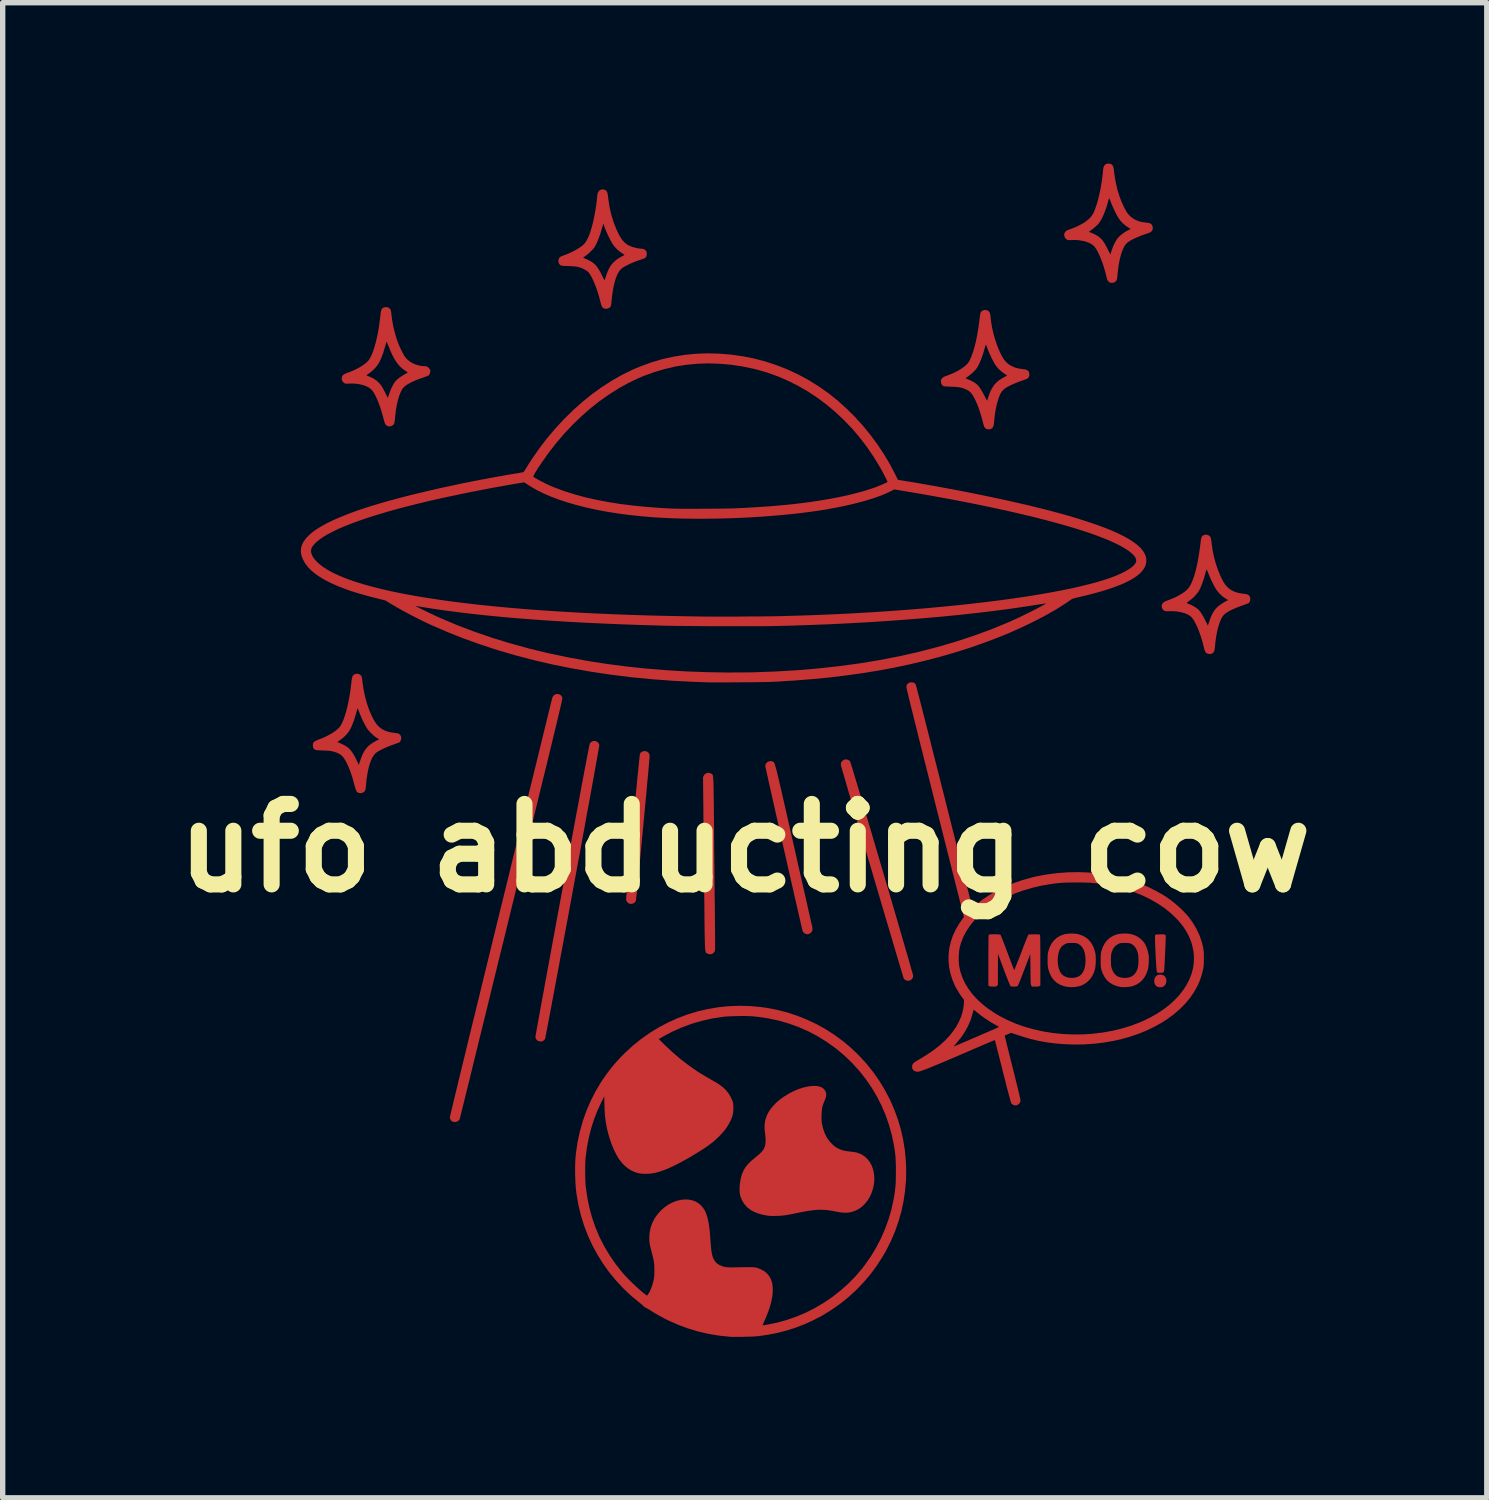
<source format=kicad_pcb>
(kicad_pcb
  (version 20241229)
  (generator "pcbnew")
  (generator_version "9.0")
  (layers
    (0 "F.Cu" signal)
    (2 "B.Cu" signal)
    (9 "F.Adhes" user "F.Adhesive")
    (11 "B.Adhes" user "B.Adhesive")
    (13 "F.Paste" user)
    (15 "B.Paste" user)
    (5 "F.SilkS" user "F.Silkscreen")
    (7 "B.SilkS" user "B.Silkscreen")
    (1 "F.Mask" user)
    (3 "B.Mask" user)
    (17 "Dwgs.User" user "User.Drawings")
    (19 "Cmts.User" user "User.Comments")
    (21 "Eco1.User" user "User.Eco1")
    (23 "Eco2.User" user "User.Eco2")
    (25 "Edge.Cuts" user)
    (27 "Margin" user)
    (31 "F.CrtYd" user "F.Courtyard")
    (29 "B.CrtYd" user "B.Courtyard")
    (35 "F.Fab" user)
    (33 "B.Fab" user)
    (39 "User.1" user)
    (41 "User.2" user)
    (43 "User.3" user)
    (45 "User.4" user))
  (footprint "ufo abducting cow"
    (layer "F.Cu")
    (at 10.836 12.761)
    (property "Reference" "ufo abducting cow" (at 0 0 0) (layer "F.SilkS") (effects (font (size 1.5 1.5) (thickness 0.3))))
    (attr board_only exclude_from_pos_files exclude_from_bom)
    (fp_poly (pts (xy 7.786 2.364) (xy 7.818 2.38) (xy 7.842 2.405) (xy 7.857 2.44) (xy 7.859 2.449) (xy 7.861 2.49) (xy 7.851 2.528) (xy 7.832 2.561) (xy 7.803 2.585) (xy 7.797 2.588) (xy 7.775 2.595) (xy 7.746 2.597) (xy 7.717 2.594) (xy 7.696 2.588) (xy 7.666 2.568) (xy 7.646 2.539) (xy 7.635 2.502) (xy 7.634 2.477) (xy 7.639 2.436) (xy 7.655 2.403) (xy 7.68 2.379) (xy 7.712 2.363) (xy 7.746 2.359)) (stroke (width 0) (type solid)) (fill yes) (layer "F.Cu"))
    (fp_poly (pts (xy 7.806 1.61) (xy 7.825 1.612) (xy 7.838 1.616) (xy 7.845 1.622) (xy 7.848 1.631) (xy 7.849 1.64) (xy 7.849 1.661) (xy 7.848 1.691) (xy 7.847 1.73) (xy 7.845 1.776) (xy 7.843 1.828) (xy 7.841 1.882) (xy 7.838 1.939) (xy 7.836 1.996) (xy 7.833 2.052) (xy 7.831 2.105) (xy 7.828 2.154) (xy 7.826 2.197) (xy 7.824 2.233) (xy 7.822 2.259) (xy 7.821 2.266) (xy 7.818 2.293) (xy 7.811 2.311) (xy 7.799 2.321) (xy 7.78 2.326) (xy 7.75 2.327) (xy 7.746 2.327) (xy 7.719 2.327) (xy 7.702 2.325) (xy 7.692 2.321) (xy 7.686 2.315) (xy 7.684 2.312) (xy 7.682 2.302) (xy 7.679 2.281) (xy 7.676 2.25) (xy 7.673 2.21) (xy 7.67 2.163) (xy 7.667 2.111) (xy 7.663 2.055) (xy 7.66 1.997) (xy 7.658 1.937) (xy 7.655 1.879) (xy 7.653 1.823) (xy 7.651 1.771) (xy 7.65 1.725) (xy 7.649 1.685) (xy 7.649 1.654) (xy 7.65 1.633) (xy 7.651 1.623) (xy 7.651 1.623) (xy 7.656 1.618) (xy 7.666 1.615) (xy 7.682 1.612) (xy 7.707 1.611) (xy 7.737 1.61) (xy 7.777 1.609)) (stroke (width 0) (type solid)) (fill yes) (layer "F.Cu"))
    (fp_poly (pts (xy -1.845 -1.806) (xy -1.821 -1.797) (xy -1.795 -1.777) (xy -1.779 -1.748) (xy -1.773 -1.712) (xy -1.773 -1.71) (xy -1.774 -1.701) (xy -1.776 -1.678) (xy -1.779 -1.644) (xy -1.783 -1.599) (xy -1.788 -1.543) (xy -1.794 -1.477) (xy -1.8 -1.402) (xy -1.808 -1.318) (xy -1.817 -1.227) (xy -1.826 -1.127) (xy -1.835 -1.022) (xy -1.846 -0.91) (xy -1.857 -0.792) (xy -1.868 -0.67) (xy -1.88 -0.543) (xy -1.892 -0.413) (xy -1.898 -0.351) (xy -1.914 -0.188) (xy -1.928 -0.037) (xy -1.941 0.102) (xy -1.953 0.229) (xy -1.964 0.344) (xy -1.974 0.448) (xy -1.983 0.542) (xy -1.992 0.626) (xy -1.999 0.699) (xy -2.005 0.764) (xy -2.011 0.82) (xy -2.016 0.867) (xy -2.021 0.906) (xy -2.024 0.937) (xy -2.028 0.962) (xy -2.03 0.979) (xy -2.032 0.99) (xy -2.034 0.995) (xy -2.052 1.018) (xy -2.079 1.034) (xy -2.111 1.042) (xy -2.143 1.04) (xy -2.16 1.035) (xy -2.176 1.024) (xy -2.193 1.006) (xy -2.207 0.985) (xy -2.213 0.972) (xy -2.212 0.963) (xy -2.211 0.942) (xy -2.209 0.909) (xy -2.205 0.865) (xy -2.201 0.812) (xy -2.195 0.749) (xy -2.189 0.677) (xy -2.182 0.597) (xy -2.174 0.511) (xy -2.166 0.418) (xy -2.157 0.319) (xy -2.147 0.216) (xy -2.137 0.109) (xy -2.127 -0.002) (xy -2.116 -0.115) (xy -2.105 -0.23) (xy -2.094 -0.347) (xy -2.083 -0.463) (xy -2.072 -0.579) (xy -2.061 -0.694) (xy -2.05 -0.807) (xy -2.04 -0.917) (xy -2.029 -1.023) (xy -2.019 -1.126) (xy -2.01 -1.223) (xy -2.001 -1.315) (xy -1.992 -1.4) (xy -1.984 -1.478) (xy -1.977 -1.548) (xy -1.971 -1.61) (xy -1.965 -1.661) (xy -1.961 -1.703) (xy -1.957 -1.734) (xy -1.955 -1.752) (xy -1.953 -1.758) (xy -1.935 -1.783) (xy -1.909 -1.799) (xy -1.878 -1.807)) (stroke (width 0) (type solid)) (fill yes) (layer "F.Cu"))
    (fp_poly (pts (xy 0.517 -1.614) (xy 0.519 -1.612) (xy 0.524 -1.61) (xy 0.529 -1.608) (xy 0.533 -1.607) (xy 0.537 -1.604) (xy 0.54 -1.601) (xy 0.544 -1.596) (xy 0.548 -1.589) (xy 0.553 -1.58) (xy 0.558 -1.568) (xy 0.563 -1.552) (xy 0.569 -1.532) (xy 0.576 -1.508) (xy 0.584 -1.48) (xy 0.593 -1.445) (xy 0.603 -1.405) (xy 0.614 -1.359) (xy 0.627 -1.306) (xy 0.641 -1.245) (xy 0.657 -1.177) (xy 0.675 -1.1) (xy 0.694 -1.015) (xy 0.716 -0.921) (xy 0.74 -0.816) (xy 0.766 -0.702) (xy 0.794 -0.577) (xy 0.825 -0.441) (xy 0.858 -0.293) (xy 0.895 -0.133) (xy 0.914 -0.048) (xy 0.946 0.091) (xy 0.976 0.227) (xy 1.006 0.359) (xy 1.035 0.487) (xy 1.063 0.61) (xy 1.09 0.728) (xy 1.115 0.839) (xy 1.139 0.943) (xy 1.161 1.041) (xy 1.181 1.13) (xy 1.199 1.212) (xy 1.215 1.284) (xy 1.23 1.347) (xy 1.241 1.399) (xy 1.251 1.441) (xy 1.258 1.472) (xy 1.262 1.491) (xy 1.263 1.497) (xy 1.262 1.529) (xy 1.25 1.559) (xy 1.228 1.584) (xy 1.212 1.594) (xy 1.182 1.606) (xy 1.156 1.607) (xy 1.134 1.601) (xy 1.113 1.589) (xy 1.093 1.571) (xy 1.081 1.555) (xy 1.079 1.547) (xy 1.074 1.528) (xy 1.066 1.496) (xy 1.056 1.454) (xy 1.044 1.402) (xy 1.03 1.34) (xy 1.014 1.27) (xy 0.996 1.191) (xy 0.976 1.105) (xy 0.955 1.012) (xy 0.932 0.914) (xy 0.909 0.81) (xy 0.884 0.701) (xy 0.858 0.588) (xy 0.832 0.472) (xy 0.805 0.354) (xy 0.778 0.233) (xy 0.75 0.111) (xy 0.722 -0.011) (xy 0.695 -0.133) (xy 0.667 -0.254) (xy 0.64 -0.374) (xy 0.614 -0.492) (xy 0.588 -0.607) (xy 0.563 -0.718) (xy 0.539 -0.825) (xy 0.516 -0.927) (xy 0.494 -1.024) (xy 0.474 -1.114) (xy 0.455 -1.197) (xy 0.438 -1.273) (xy 0.424 -1.34) (xy 0.411 -1.399) (xy 0.4 -1.447) (xy 0.392 -1.485) (xy 0.386 -1.513) (xy 0.383 -1.528) (xy 0.382 -1.531) (xy 0.388 -1.561) (xy 0.405 -1.587) (xy 0.428 -1.606) (xy 0.457 -1.618) (xy 0.487 -1.621)) (stroke (width 0) (type solid)) (fill yes) (layer "F.Cu"))
    (fp_poly (pts (xy 6.13 1.595) (xy 6.183 1.6) (xy 6.225 1.608) (xy 6.295 1.633) (xy 6.358 1.667) (xy 6.412 1.712) (xy 6.458 1.767) (xy 6.495 1.831) (xy 6.522 1.903) (xy 6.54 1.979) (xy 6.543 2.014) (xy 6.545 2.058) (xy 6.545 2.106) (xy 6.543 2.154) (xy 6.539 2.2) (xy 6.534 2.239) (xy 6.529 2.261) (xy 6.504 2.337) (xy 6.468 2.404) (xy 6.424 2.461) (xy 6.372 2.509) (xy 6.312 2.547) (xy 6.245 2.574) (xy 6.172 2.59) (xy 6.093 2.595) (xy 6.019 2.59) (xy 5.944 2.574) (xy 5.876 2.548) (xy 5.816 2.511) (xy 5.764 2.464) (xy 5.721 2.407) (xy 5.687 2.341) (xy 5.662 2.265) (xy 5.662 2.264) (xy 5.656 2.24) (xy 5.652 2.216) (xy 5.649 2.191) (xy 5.647 2.16) (xy 5.647 2.123) (xy 5.835 2.123) (xy 5.841 2.184) (xy 5.854 2.242) (xy 5.872 2.293) (xy 5.897 2.336) (xy 5.907 2.349) (xy 5.943 2.38) (xy 5.987 2.403) (xy 6.037 2.417) (xy 6.09 2.423) (xy 6.145 2.419) (xy 6.198 2.406) (xy 6.203 2.405) (xy 6.246 2.381) (xy 6.283 2.348) (xy 6.312 2.303) (xy 6.334 2.249) (xy 6.348 2.185) (xy 6.354 2.113) (xy 6.354 2.093) (xy 6.35 2.019) (xy 6.338 1.953) (xy 6.319 1.896) (xy 6.291 1.849) (xy 6.257 1.812) (xy 6.216 1.786) (xy 6.215 1.786) (xy 6.198 1.779) (xy 6.183 1.774) (xy 6.164 1.772) (xy 6.139 1.77) (xy 6.105 1.77) (xy 6.097 1.77) (xy 6.063 1.77) (xy 6.038 1.771) (xy 6.019 1.773) (xy 6.004 1.777) (xy 5.989 1.783) (xy 5.97 1.793) (xy 5.969 1.793) (xy 5.935 1.813) (xy 5.91 1.835) (xy 5.899 1.849) (xy 5.873 1.892) (xy 5.854 1.943) (xy 5.842 2) (xy 5.836 2.061) (xy 5.835 2.123) (xy 5.647 2.123) (xy 5.647 2.122) (xy 5.646 2.09) (xy 5.647 2.045) (xy 5.647 2.011) (xy 5.649 1.984) (xy 5.652 1.961) (xy 5.656 1.94) (xy 5.662 1.919) (xy 5.688 1.843) (xy 5.723 1.777) (xy 5.767 1.721) (xy 5.819 1.674) (xy 5.879 1.638) (xy 5.947 1.612) (xy 5.972 1.605) (xy 6.02 1.598) (xy 6.074 1.595)) (stroke (width 0) (type solid)) (fill yes) (layer "F.Cu"))
    (fp_poly (pts (xy -0.648 -1.396) (xy -0.634 -1.39) (xy -0.627 -1.387) (xy -0.62 -1.384) (xy -0.615 -1.382) (xy -0.609 -1.378) (xy -0.605 -1.374) (xy -0.601 -1.367) (xy -0.597 -1.358) (xy -0.594 -1.345) (xy -0.591 -1.328) (xy -0.589 -1.307) (xy -0.587 -1.281) (xy -0.585 -1.248) (xy -0.583 -1.209) (xy -0.582 -1.163) (xy -0.581 -1.109) (xy -0.58 -1.046) (xy -0.579 -0.974) (xy -0.578 -0.892) (xy -0.577 -0.8) (xy -0.576 -0.697) (xy -0.575 -0.581) (xy -0.574 -0.454) (xy -0.574 -0.438) (xy -0.573 -0.32) (xy -0.572 -0.198) (xy -0.571 -0.073) (xy -0.57 0.052) (xy -0.568 0.177) (xy -0.567 0.299) (xy -0.566 0.418) (xy -0.565 0.533) (xy -0.564 0.64) (xy -0.563 0.74) (xy -0.562 0.83) (xy -0.561 0.91) (xy -0.56 0.949) (xy -0.559 1.037) (xy -0.558 1.127) (xy -0.557 1.217) (xy -0.556 1.305) (xy -0.556 1.389) (xy -0.555 1.469) (xy -0.554 1.542) (xy -0.554 1.606) (xy -0.553 1.659) (xy -0.553 1.687) (xy -0.553 1.749) (xy -0.553 1.798) (xy -0.553 1.838) (xy -0.554 1.869) (xy -0.554 1.891) (xy -0.556 1.908) (xy -0.557 1.919) (xy -0.56 1.927) (xy -0.563 1.933) (xy -0.565 1.937) (xy -0.592 1.964) (xy -0.622 1.979) (xy -0.655 1.982) (xy -0.689 1.971) (xy -0.692 1.97) (xy -0.699 1.967) (xy -0.705 1.964) (xy -0.711 1.962) (xy -0.716 1.958) (xy -0.721 1.954) (xy -0.725 1.948) (xy -0.729 1.94) (xy -0.732 1.928) (xy -0.735 1.913) (xy -0.737 1.893) (xy -0.739 1.869) (xy -0.741 1.839) (xy -0.743 1.802) (xy -0.744 1.759) (xy -0.745 1.708) (xy -0.747 1.649) (xy -0.748 1.581) (xy -0.749 1.504) (xy -0.75 1.417) (xy -0.751 1.319) (xy -0.752 1.21) (xy -0.753 1.089) (xy -0.755 0.959) (xy -0.756 0.833) (xy -0.757 0.702) (xy -0.759 0.566) (xy -0.76 0.428) (xy -0.762 0.288) (xy -0.763 0.149) (xy -0.765 0.012) (xy -0.766 -0.12) (xy -0.767 -0.248) (xy -0.768 -0.368) (xy -0.77 -0.48) (xy -0.771 -0.582) (xy -0.771 -0.655) (xy -0.778 -1.321) (xy -0.764 -1.349) (xy -0.748 -1.373) (xy -0.724 -1.39) (xy -0.723 -1.391) (xy -0.696 -1.401) (xy -0.673 -1.403)) (stroke (width 0) (type solid)) (fill yes) (layer "F.Cu"))
    (fp_poly (pts (xy 1.909 -1.649) (xy 1.922 -1.645) (xy 1.943 -1.634) (xy 1.96 -1.621) (xy 1.964 -1.616) (xy 1.967 -1.608) (xy 1.973 -1.588) (xy 1.983 -1.556) (xy 1.996 -1.514) (xy 2.013 -1.461) (xy 2.032 -1.399) (xy 2.053 -1.327) (xy 2.077 -1.247) (xy 2.104 -1.159) (xy 2.132 -1.063) (xy 2.163 -0.961) (xy 2.195 -0.852) (xy 2.229 -0.738) (xy 2.264 -0.619) (xy 2.301 -0.495) (xy 2.338 -0.368) (xy 2.377 -0.237) (xy 2.416 -0.103) (xy 2.456 0.032) (xy 2.497 0.169) (xy 2.537 0.307) (xy 2.578 0.445) (xy 2.618 0.583) (xy 2.659 0.72) (xy 2.699 0.856) (xy 2.738 0.99) (xy 2.776 1.121) (xy 2.814 1.249) (xy 2.85 1.373) (xy 2.885 1.493) (xy 2.918 1.607) (xy 2.95 1.717) (xy 2.98 1.82) (xy 3.008 1.916) (xy 3.034 2.005) (xy 3.057 2.087) (xy 3.078 2.159) (xy 3.096 2.223) (xy 3.111 2.277) (xy 3.124 2.321) (xy 3.133 2.354) (xy 3.138 2.375) (xy 3.14 2.385) (xy 3.14 2.385) (xy 3.134 2.417) (xy 3.118 2.443) (xy 3.094 2.463) (xy 3.065 2.474) (xy 3.033 2.475) (xy 3.003 2.466) (xy 2.983 2.453) (xy 2.968 2.438) (xy 2.965 2.433) (xy 2.962 2.426) (xy 2.956 2.406) (xy 2.946 2.375) (xy 2.934 2.333) (xy 2.918 2.28) (xy 2.899 2.218) (xy 2.878 2.147) (xy 2.854 2.067) (xy 2.828 1.98) (xy 2.8 1.885) (xy 2.77 1.783) (xy 2.738 1.675) (xy 2.704 1.561) (xy 2.669 1.442) (xy 2.632 1.319) (xy 2.595 1.192) (xy 2.556 1.062) (xy 2.517 0.929) (xy 2.477 0.794) (xy 2.437 0.658) (xy 2.396 0.52) (xy 2.356 0.383) (xy 2.315 0.245) (xy 2.275 0.109) (xy 2.235 -0.026) (xy 2.196 -0.159) (xy 2.158 -0.29) (xy 2.121 -0.417) (xy 2.084 -0.541) (xy 2.049 -0.66) (xy 2.016 -0.774) (xy 1.984 -0.882) (xy 1.954 -0.985) (xy 1.926 -1.081) (xy 1.9 -1.169) (xy 1.877 -1.25) (xy 1.856 -1.322) (xy 1.838 -1.384) (xy 1.822 -1.438) (xy 1.81 -1.481) (xy 1.801 -1.513) (xy 1.795 -1.534) (xy 1.793 -1.542) (xy 1.793 -1.543) (xy 1.792 -1.571) (xy 1.796 -1.591) (xy 1.806 -1.609) (xy 1.818 -1.622) (xy 1.847 -1.644) (xy 1.876 -1.653)) (stroke (width 0) (type solid)) (fill yes) (layer "F.Cu"))
    (fp_poly (pts (xy -2.766 -1.988) (xy -2.74 -1.97) (xy -2.721 -1.946) (xy -2.712 -1.918) (xy -2.713 -1.91) (xy -2.716 -1.889) (xy -2.722 -1.857) (xy -2.729 -1.813) (xy -2.739 -1.758) (xy -2.75 -1.693) (xy -2.764 -1.618) (xy -2.779 -1.533) (xy -2.796 -1.44) (xy -2.814 -1.338) (xy -2.834 -1.229) (xy -2.855 -1.113) (xy -2.877 -0.989) (xy -2.901 -0.86) (xy -2.926 -0.725) (xy -2.952 -0.584) (xy -2.978 -0.439) (xy -3.005 -0.29) (xy -3.034 -0.138) (xy -3.062 0.018) (xy -3.091 0.177) (xy -3.121 0.337) (xy -3.151 0.499) (xy -3.181 0.662) (xy -3.211 0.826) (xy -3.241 0.989) (xy -3.271 1.152) (xy -3.301 1.314) (xy -3.331 1.475) (xy -3.361 1.633) (xy -3.389 1.789) (xy -3.418 1.941) (xy -3.446 2.09) (xy -3.472 2.235) (xy -3.499 2.375) (xy -3.524 2.51) (xy -3.548 2.639) (xy -3.571 2.762) (xy -3.593 2.878) (xy -3.613 2.987) (xy -3.632 3.088) (xy -3.65 3.18) (xy -3.666 3.264) (xy -3.68 3.339) (xy -3.692 3.403) (xy -3.703 3.457) (xy -3.712 3.501) (xy -3.718 3.533) (xy -3.722 3.553) (xy -3.724 3.56) (xy -3.744 3.585) (xy -3.771 3.602) (xy -3.803 3.609) (xy -3.836 3.604) (xy -3.838 3.603) (xy -3.871 3.586) (xy -3.891 3.563) (xy -3.902 3.533) (xy -3.903 3.516) (xy -3.901 3.508) (xy -3.898 3.487) (xy -3.892 3.454) (xy -3.884 3.41) (xy -3.874 3.354) (xy -3.862 3.287) (xy -3.848 3.21) (xy -3.832 3.124) (xy -3.815 3.027) (xy -3.796 2.922) (xy -3.775 2.807) (xy -3.752 2.685) (xy -3.729 2.555) (xy -3.703 2.417) (xy -3.677 2.273) (xy -3.649 2.122) (xy -3.62 1.964) (xy -3.59 1.802) (xy -3.559 1.634) (xy -3.527 1.461) (xy -3.495 1.283) (xy -3.461 1.102) (xy -3.427 0.918) (xy -3.401 0.778) (xy -3.356 0.536) (xy -3.314 0.307) (xy -3.274 0.09) (xy -3.236 -0.114) (xy -3.2 -0.306) (xy -3.167 -0.486) (xy -3.136 -0.655) (xy -3.106 -0.812) (xy -3.079 -0.958) (xy -3.054 -1.093) (xy -3.031 -1.218) (xy -3.009 -1.331) (xy -2.99 -1.435) (xy -2.972 -1.528) (xy -2.956 -1.611) (xy -2.942 -1.685) (xy -2.93 -1.749) (xy -2.919 -1.804) (xy -2.91 -1.85) (xy -2.903 -1.887) (xy -2.897 -1.915) (xy -2.892 -1.935) (xy -2.889 -1.947) (xy -2.888 -1.951) (xy -2.874 -1.966) (xy -2.857 -1.981) (xy -2.855 -1.983) (xy -2.826 -1.995) (xy -2.795 -1.996)) (stroke (width 0) (type solid)) (fill yes) (layer "F.Cu"))
    (fp_poly (pts (xy 7.119 1.595) (xy 7.172 1.6) (xy 7.214 1.608) (xy 7.282 1.632) (xy 7.344 1.666) (xy 7.398 1.709) (xy 7.443 1.76) (xy 7.462 1.788) (xy 7.482 1.829) (xy 7.501 1.878) (xy 7.517 1.93) (xy 7.528 1.98) (xy 7.529 1.984) (xy 7.533 2.022) (xy 7.534 2.067) (xy 7.533 2.117) (xy 7.53 2.167) (xy 7.526 2.214) (xy 7.519 2.253) (xy 7.516 2.266) (xy 7.49 2.34) (xy 7.455 2.407) (xy 7.411 2.464) (xy 7.359 2.511) (xy 7.3 2.548) (xy 7.234 2.574) (xy 7.209 2.581) (xy 7.168 2.588) (xy 7.121 2.592) (xy 7.072 2.594) (xy 7.027 2.593) (xy 7.008 2.591) (xy 6.932 2.574) (xy 6.864 2.547) (xy 6.803 2.51) (xy 6.751 2.462) (xy 6.708 2.405) (xy 6.673 2.337) (xy 6.65 2.271) (xy 6.645 2.25) (xy 6.641 2.23) (xy 6.639 2.208) (xy 6.637 2.182) (xy 6.636 2.148) (xy 6.636 2.11) (xy 6.827 2.11) (xy 6.828 2.152) (xy 6.83 2.189) (xy 6.834 2.217) (xy 6.835 2.222) (xy 6.855 2.28) (xy 6.881 2.329) (xy 6.915 2.368) (xy 6.955 2.395) (xy 6.965 2.4) (xy 7.011 2.415) (xy 7.064 2.422) (xy 7.118 2.421) (xy 7.169 2.412) (xy 7.19 2.405) (xy 7.234 2.382) (xy 7.272 2.347) (xy 7.302 2.302) (xy 7.325 2.247) (xy 7.328 2.235) (xy 7.334 2.205) (xy 7.338 2.167) (xy 7.34 2.123) (xy 7.341 2.077) (xy 7.339 2.033) (xy 7.336 1.994) (xy 7.331 1.965) (xy 7.331 1.964) (xy 7.311 1.905) (xy 7.284 1.855) (xy 7.251 1.817) (xy 7.211 1.789) (xy 7.204 1.786) (xy 7.187 1.779) (xy 7.171 1.775) (xy 7.152 1.772) (xy 7.126 1.771) (xy 7.092 1.77) (xy 7.087 1.77) (xy 7.052 1.77) (xy 7.027 1.771) (xy 7.008 1.773) (xy 6.993 1.777) (xy 6.977 1.783) (xy 6.96 1.792) (xy 6.918 1.818) (xy 6.885 1.852) (xy 6.859 1.896) (xy 6.839 1.951) (xy 6.835 1.964) (xy 6.831 1.99) (xy 6.828 2.025) (xy 6.827 2.067) (xy 6.827 2.11) (xy 6.636 2.11) (xy 6.636 2.104) (xy 6.636 2.093) (xy 6.636 2.047) (xy 6.637 2.011) (xy 6.638 1.983) (xy 6.641 1.96) (xy 6.644 1.94) (xy 6.649 1.92) (xy 6.65 1.917) (xy 6.677 1.842) (xy 6.712 1.776) (xy 6.756 1.719) (xy 6.809 1.673) (xy 6.869 1.637) (xy 6.937 1.611) (xy 6.961 1.605) (xy 7.009 1.598) (xy 7.063 1.595)) (stroke (width 0) (type solid)) (fill yes) (layer "F.Cu"))
    (fp_poly (pts (xy 4.674 1.608) (xy 4.707 1.609) (xy 4.735 1.611) (xy 4.756 1.614) (xy 4.768 1.617) (xy 4.768 1.618) (xy 4.772 1.626) (xy 4.78 1.645) (xy 4.792 1.674) (xy 4.807 1.711) (xy 4.825 1.757) (xy 4.845 1.809) (xy 4.866 1.865) (xy 4.889 1.926) (xy 4.898 1.949) (xy 4.921 2.011) (xy 4.943 2.069) (xy 4.963 2.123) (xy 4.981 2.17) (xy 4.997 2.21) (xy 5.009 2.242) (xy 5.018 2.264) (xy 5.022 2.275) (xy 5.023 2.276) (xy 5.026 2.271) (xy 5.034 2.255) (xy 5.045 2.229) (xy 5.059 2.193) (xy 5.076 2.15) (xy 5.096 2.1) (xy 5.118 2.045) (xy 5.141 1.985) (xy 5.152 1.956) (xy 5.176 1.894) (xy 5.198 1.835) (xy 5.22 1.781) (xy 5.239 1.732) (xy 5.255 1.691) (xy 5.269 1.658) (xy 5.279 1.635) (xy 5.284 1.622) (xy 5.286 1.62) (xy 5.291 1.616) (xy 5.3 1.612) (xy 5.313 1.61) (xy 5.334 1.609) (xy 5.365 1.609) (xy 5.395 1.609) (xy 5.44 1.609) (xy 5.473 1.61) (xy 5.494 1.613) (xy 5.503 1.616) (xy 5.503 1.616) (xy 5.505 1.621) (xy 5.506 1.633) (xy 5.507 1.651) (xy 5.508 1.678) (xy 5.509 1.714) (xy 5.51 1.759) (xy 5.51 1.814) (xy 5.511 1.88) (xy 5.511 1.957) (xy 5.511 2.046) (xy 5.511 2.094) (xy 5.511 2.564) (xy 5.496 2.574) (xy 5.484 2.579) (xy 5.465 2.583) (xy 5.436 2.584) (xy 5.418 2.584) (xy 5.398 2.584) (xy 5.381 2.585) (xy 5.367 2.584) (xy 5.356 2.581) (xy 5.347 2.574) (xy 5.341 2.564) (xy 5.336 2.547) (xy 5.332 2.524) (xy 5.33 2.494) (xy 5.329 2.454) (xy 5.328 2.405) (xy 5.327 2.345) (xy 5.327 2.273) (xy 5.327 2.267) (xy 5.323 1.977) (xy 5.211 2.271) (xy 5.18 2.352) (xy 5.154 2.42) (xy 5.132 2.476) (xy 5.114 2.519) (xy 5.1 2.55) (xy 5.091 2.569) (xy 5.086 2.575) (xy 5.072 2.58) (xy 5.049 2.583) (xy 5.022 2.584) (xy 4.995 2.584) (xy 4.972 2.581) (xy 4.956 2.577) (xy 4.955 2.576) (xy 4.951 2.568) (xy 4.942 2.549) (xy 4.929 2.52) (xy 4.914 2.482) (xy 4.896 2.436) (xy 4.875 2.384) (xy 4.853 2.326) (xy 4.832 2.271) (xy 4.721 1.974) (xy 4.72 2.263) (xy 4.72 2.552) (xy 4.704 2.568) (xy 4.695 2.576) (xy 4.685 2.581) (xy 4.67 2.583) (xy 4.648 2.584) (xy 4.63 2.584) (xy 4.596 2.583) (xy 4.573 2.58) (xy 4.558 2.575) (xy 4.557 2.574) (xy 4.542 2.564) (xy 4.542 2.094) (xy 4.542 1.998) (xy 4.542 1.915) (xy 4.543 1.844) (xy 4.543 1.784) (xy 4.544 1.734) (xy 4.544 1.694) (xy 4.545 1.663) (xy 4.546 1.641) (xy 4.548 1.626) (xy 4.549 1.618) (xy 4.55 1.616) (xy 4.56 1.613) (xy 4.58 1.61) (xy 4.608 1.609) (xy 4.64 1.608)) (stroke (width 0) (type solid)) (fill yes) (layer "F.Cu"))
    (fp_poly (pts (xy 1.355 4.439) (xy 1.406 4.451) (xy 1.447 4.47) (xy 1.48 4.498) (xy 1.502 4.531) (xy 1.515 4.565) (xy 1.519 4.601) (xy 1.514 4.64) (xy 1.5 4.685) (xy 1.49 4.707) (xy 1.471 4.754) (xy 1.456 4.794) (xy 1.446 4.833) (xy 1.439 4.874) (xy 1.435 4.921) (xy 1.432 4.976) (xy 1.432 4.977) (xy 1.431 5.026) (xy 1.432 5.065) (xy 1.433 5.097) (xy 1.437 5.126) (xy 1.44 5.144) (xy 1.463 5.239) (xy 1.493 5.324) (xy 1.532 5.4) (xy 1.58 5.468) (xy 1.634 5.526) (xy 1.68 5.565) (xy 1.729 5.597) (xy 1.782 5.621) (xy 1.841 5.64) (xy 1.909 5.653) (xy 1.966 5.66) (xy 2.026 5.667) (xy 2.074 5.675) (xy 2.113 5.686) (xy 2.114 5.686) (xy 2.181 5.715) (xy 2.239 5.754) (xy 2.29 5.802) (xy 2.333 5.859) (xy 2.368 5.923) (xy 2.393 5.994) (xy 2.409 6.07) (xy 2.416 6.151) (xy 2.412 6.236) (xy 2.398 6.323) (xy 2.393 6.344) (xy 2.366 6.428) (xy 2.33 6.506) (xy 2.286 6.577) (xy 2.233 6.641) (xy 2.175 6.695) (xy 2.11 6.738) (xy 2.086 6.75) (xy 2.029 6.775) (xy 1.972 6.791) (xy 1.913 6.799) (xy 1.849 6.8) (xy 1.779 6.793) (xy 1.7 6.779) (xy 1.698 6.778) (xy 1.624 6.764) (xy 1.556 6.754) (xy 1.489 6.747) (xy 1.423 6.745) (xy 1.356 6.746) (xy 1.285 6.752) (xy 1.208 6.762) (xy 1.123 6.776) (xy 1.029 6.794) (xy 0.998 6.8) (xy 0.928 6.815) (xy 0.869 6.827) (xy 0.818 6.836) (xy 0.775 6.844) (xy 0.737 6.849) (xy 0.702 6.853) (xy 0.668 6.856) (xy 0.633 6.858) (xy 0.595 6.859) (xy 0.587 6.86) (xy 0.526 6.86) (xy 0.477 6.859) (xy 0.436 6.856) (xy 0.412 6.853) (xy 0.321 6.834) (xy 0.242 6.811) (xy 0.172 6.783) (xy 0.11 6.748) (xy 0.055 6.706) (xy 0.029 6.681) (xy -0.015 6.629) (xy -0.051 6.568) (xy -0.078 6.505) (xy -0.082 6.493) (xy -0.092 6.444) (xy -0.097 6.386) (xy -0.096 6.32) (xy -0.09 6.25) (xy -0.089 6.246) (xy -0.074 6.159) (xy -0.052 6.082) (xy -0.023 6.013) (xy 0.015 5.95) (xy 0.063 5.89) (xy 0.122 5.833) (xy 0.15 5.809) (xy 0.202 5.766) (xy 0.244 5.73) (xy 0.279 5.7) (xy 0.306 5.674) (xy 0.327 5.651) (xy 0.343 5.63) (xy 0.356 5.609) (xy 0.365 5.589) (xy 0.373 5.566) (xy 0.376 5.559) (xy 0.384 5.518) (xy 0.388 5.469) (xy 0.388 5.414) (xy 0.383 5.356) (xy 0.378 5.32) (xy 0.369 5.232) (xy 0.37 5.15) (xy 0.383 5.072) (xy 0.408 4.996) (xy 0.445 4.922) (xy 0.469 4.884) (xy 0.522 4.816) (xy 0.585 4.75) (xy 0.657 4.688) (xy 0.737 4.631) (xy 0.822 4.579) (xy 0.911 4.533) (xy 1.001 4.495) (xy 1.092 4.466) (xy 1.181 4.446) (xy 1.266 4.436) (xy 1.294 4.436)) (stroke (width 0) (type solid)) (fill yes) (layer "F.Cu"))
    (fp_poly (pts (xy -3.473 -2.87) (xy -3.444 -2.858) (xy -3.42 -2.838) (xy -3.404 -2.809) (xy -3.401 -2.801) (xy -3.401 -2.798) (xy -3.401 -2.794) (xy -3.402 -2.788) (xy -3.403 -2.78) (xy -3.405 -2.77) (xy -3.408 -2.756) (xy -3.411 -2.74) (xy -3.415 -2.72) (xy -3.42 -2.697) (xy -3.426 -2.67) (xy -3.434 -2.638) (xy -3.442 -2.602) (xy -3.452 -2.561) (xy -3.462 -2.515) (xy -3.475 -2.463) (xy -3.488 -2.406) (xy -3.503 -2.343) (xy -3.52 -2.273) (xy -3.539 -2.197) (xy -3.559 -2.113) (xy -3.581 -2.023) (xy -3.604 -1.925) (xy -3.63 -1.819) (xy -3.658 -1.705) (xy -3.687 -1.583) (xy -3.719 -1.452) (xy -3.754 -1.312) (xy -3.79 -1.163) (xy -3.829 -1.004) (xy -3.87 -0.835) (xy -3.914 -0.657) (xy -3.96 -0.467) (xy -4.009 -0.267) (xy -4.061 -0.056) (xy -4.115 0.167) (xy -4.173 0.401) (xy -4.233 0.647) (xy -4.296 0.906) (xy -4.351 1.129) (xy -4.405 1.352) (xy -4.459 1.572) (xy -4.512 1.789) (xy -4.565 2.001) (xy -4.616 2.21) (xy -4.666 2.414) (xy -4.715 2.613) (xy -4.762 2.807) (xy -4.808 2.995) (xy -4.853 3.178) (xy -4.896 3.354) (xy -4.938 3.523) (xy -4.978 3.685) (xy -5.016 3.841) (xy -5.052 3.988) (xy -5.086 4.127) (xy -5.118 4.259) (xy -5.148 4.381) (xy -5.176 4.494) (xy -5.202 4.598) (xy -5.225 4.692) (xy -5.246 4.776) (xy -5.264 4.849) (xy -5.279 4.912) (xy -5.292 4.963) (xy -5.302 5.003) (xy -5.309 5.031) (xy -5.313 5.047) (xy -5.314 5.051) (xy -5.323 5.067) (xy -5.338 5.084) (xy -5.34 5.086) (xy -5.364 5.101) (xy -5.394 5.108) (xy -5.425 5.107) (xy -5.453 5.099) (xy -5.456 5.096) (xy -5.481 5.074) (xy -5.495 5.044) (xy -5.498 5.017) (xy -5.496 5.009) (xy -5.492 4.989) (xy -5.484 4.957) (xy -5.474 4.913) (xy -5.46 4.857) (xy -5.444 4.79) (xy -5.426 4.713) (xy -5.405 4.626) (xy -5.381 4.528) (xy -5.355 4.421) (xy -5.327 4.304) (xy -5.297 4.179) (xy -5.264 4.045) (xy -5.229 3.903) (xy -5.193 3.753) (xy -5.155 3.596) (xy -5.115 3.431) (xy -5.073 3.26) (xy -5.029 3.082) (xy -4.985 2.899) (xy -4.938 2.709) (xy -4.891 2.514) (xy -4.842 2.314) (xy -4.792 2.11) (xy -4.741 1.901) (xy -4.689 1.688) (xy -4.636 1.472) (xy -4.582 1.252) (xy -4.565 1.182) (xy -4.511 0.961) (xy -4.457 0.743) (xy -4.404 0.528) (xy -4.353 0.316) (xy -4.302 0.109) (xy -4.252 -0.094) (xy -4.204 -0.292) (xy -4.156 -0.485) (xy -4.11 -0.673) (xy -4.066 -0.855) (xy -4.023 -1.031) (xy -3.981 -1.2) (xy -3.941 -1.362) (xy -3.903 -1.517) (xy -3.867 -1.665) (xy -3.833 -1.804) (xy -3.801 -1.936) (xy -3.771 -2.058) (xy -3.743 -2.171) (xy -3.718 -2.275) (xy -3.695 -2.369) (xy -3.674 -2.453) (xy -3.656 -2.527) (xy -3.641 -2.589) (xy -3.628 -2.641) (xy -3.619 -2.68) (xy -3.612 -2.708) (xy -3.608 -2.723) (xy -3.608 -2.725) (xy -3.598 -2.764) (xy -3.591 -2.792) (xy -3.584 -2.812) (xy -3.577 -2.826) (xy -3.57 -2.837) (xy -3.562 -2.845) (xy -3.535 -2.864) (xy -3.504 -2.872)) (stroke (width 0) (type solid)) (fill yes) (layer "F.Cu"))
    (fp_poly (pts (xy 8.632 -5.837) (xy 8.66 -5.823) (xy 8.681 -5.801) (xy 8.683 -5.798) (xy 8.689 -5.781) (xy 8.695 -5.753) (xy 8.7 -5.717) (xy 8.702 -5.702) (xy 8.72 -5.568) (xy 8.747 -5.434) (xy 8.782 -5.304) (xy 8.824 -5.18) (xy 8.873 -5.063) (xy 8.921 -4.967) (xy 8.963 -4.905) (xy 9.011 -4.853) (xy 9.066 -4.811) (xy 9.13 -4.779) (xy 9.202 -4.756) (xy 9.284 -4.742) (xy 9.302 -4.74) (xy 9.343 -4.735) (xy 9.374 -4.727) (xy 9.395 -4.715) (xy 9.41 -4.698) (xy 9.418 -4.683) (xy 9.425 -4.652) (xy 9.424 -4.62) (xy 9.415 -4.591) (xy 9.398 -4.57) (xy 9.393 -4.566) (xy 9.381 -4.56) (xy 9.36 -4.551) (xy 9.331 -4.541) (xy 9.298 -4.529) (xy 9.281 -4.523) (xy 9.189 -4.489) (xy 9.109 -4.456) (xy 9.041 -4.423) (xy 8.986 -4.39) (xy 8.944 -4.358) (xy 8.928 -4.342) (xy 8.902 -4.307) (xy 8.877 -4.26) (xy 8.854 -4.203) (xy 8.832 -4.136) (xy 8.813 -4.062) (xy 8.796 -3.98) (xy 8.782 -3.894) (xy 8.771 -3.803) (xy 8.768 -3.768) (xy 8.764 -3.725) (xy 8.759 -3.693) (xy 8.752 -3.669) (xy 8.742 -3.652) (xy 8.73 -3.638) (xy 8.722 -3.632) (xy 8.693 -3.618) (xy 8.661 -3.616) (xy 8.628 -3.624) (xy 8.626 -3.625) (xy 8.609 -3.634) (xy 8.596 -3.645) (xy 8.586 -3.66) (xy 8.577 -3.682) (xy 8.567 -3.713) (xy 8.557 -3.752) (xy 8.534 -3.844) (xy 8.508 -3.931) (xy 8.48 -4.012) (xy 8.451 -4.088) (xy 8.421 -4.155) (xy 8.391 -4.214) (xy 8.361 -4.263) (xy 8.331 -4.302) (xy 8.303 -4.328) (xy 8.3 -4.33) (xy 8.247 -4.36) (xy 8.185 -4.383) (xy 8.116 -4.401) (xy 8.041 -4.412) (xy 7.965 -4.416) (xy 7.924 -4.415) (xy 7.879 -4.414) (xy 7.846 -4.417) (xy 7.82 -4.425) (xy 7.802 -4.439) (xy 7.787 -4.459) (xy 7.786 -4.462) (xy 7.774 -4.497) (xy 7.775 -4.529) (xy 7.788 -4.558) (xy 7.8 -4.57) (xy 8.242 -4.57) (xy 8.242 -4.566) (xy 8.245 -4.564) (xy 8.314 -4.536) (xy 8.377 -4.504) (xy 8.431 -4.468) (xy 8.45 -4.453) (xy 8.474 -4.428) (xy 8.501 -4.393) (xy 8.529 -4.349) (xy 8.558 -4.299) (xy 8.587 -4.243) (xy 8.593 -4.231) (xy 8.608 -4.201) (xy 8.62 -4.176) (xy 8.629 -4.159) (xy 8.634 -4.15) (xy 8.635 -4.15) (xy 8.638 -4.157) (xy 8.644 -4.174) (xy 8.653 -4.198) (xy 8.662 -4.227) (xy 8.688 -4.3) (xy 8.715 -4.361) (xy 8.745 -4.413) (xy 8.778 -4.458) (xy 8.817 -4.498) (xy 8.864 -4.535) (xy 8.92 -4.571) (xy 8.961 -4.595) (xy 9.012 -4.623) (xy 8.974 -4.645) (xy 8.903 -4.695) (xy 8.841 -4.754) (xy 8.791 -4.819) (xy 8.769 -4.855) (xy 8.744 -4.9) (xy 8.718 -4.952) (xy 8.692 -5.006) (xy 8.668 -5.061) (xy 8.647 -5.112) (xy 8.645 -5.118) (xy 8.631 -5.153) (xy 8.621 -5.177) (xy 8.614 -5.189) (xy 8.61 -5.192) (xy 8.609 -5.19) (xy 8.605 -5.18) (xy 8.599 -5.159) (xy 8.591 -5.131) (xy 8.582 -5.099) (xy 8.579 -5.089) (xy 8.56 -5.023) (xy 8.538 -4.958) (xy 8.514 -4.896) (xy 8.491 -4.84) (xy 8.473 -4.804) (xy 8.448 -4.765) (xy 8.414 -4.723) (xy 8.374 -4.68) (xy 8.329 -4.64) (xy 8.289 -4.609) (xy 8.264 -4.591) (xy 8.248 -4.578) (xy 8.242 -4.57) (xy 7.8 -4.57) (xy 7.813 -4.583) (xy 7.849 -4.603) (xy 7.864 -4.609) (xy 7.943 -4.638) (xy 8.019 -4.671) (xy 8.09 -4.707) (xy 8.154 -4.745) (xy 8.209 -4.783) (xy 8.253 -4.822) (xy 8.261 -4.831) (xy 8.291 -4.871) (xy 8.32 -4.922) (xy 8.348 -4.986) (xy 8.375 -5.06) (xy 8.4 -5.145) (xy 8.424 -5.239) (xy 8.445 -5.342) (xy 8.465 -5.453) (xy 8.483 -5.572) (xy 8.496 -5.676) (xy 8.502 -5.724) (xy 8.508 -5.759) (xy 8.513 -5.784) (xy 8.519 -5.8) (xy 8.52 -5.803) (xy 8.542 -5.826) (xy 8.57 -5.839) (xy 8.601 -5.842)) (stroke (width 0) (type solid)) (fill yes) (layer "F.Cu"))
    (fp_poly (pts (xy -7.208 -3.247) (xy -7.177 -3.235) (xy -7.153 -3.213) (xy -7.149 -3.207) (xy -7.142 -3.191) (xy -7.136 -3.162) (xy -7.13 -3.121) (xy -7.129 -3.106) (xy -7.108 -2.961) (xy -7.079 -2.821) (xy -7.042 -2.686) (xy -6.997 -2.559) (xy -6.945 -2.441) (xy -6.907 -2.37) (xy -6.865 -2.308) (xy -6.815 -2.255) (xy -6.757 -2.213) (xy -6.69 -2.181) (xy -6.615 -2.159) (xy -6.531 -2.146) (xy -6.526 -2.145) (xy -6.498 -2.142) (xy -6.473 -2.138) (xy -6.455 -2.133) (xy -6.453 -2.132) (xy -6.427 -2.112) (xy -6.41 -2.085) (xy -6.404 -2.053) (xy -6.409 -2.019) (xy -6.413 -2.009) (xy -6.422 -1.991) (xy -6.432 -1.976) (xy -6.435 -1.973) (xy -6.444 -1.968) (xy -6.464 -1.96) (xy -6.491 -1.95) (xy -6.524 -1.938) (xy -6.553 -1.928) (xy -6.616 -1.905) (xy -6.677 -1.88) (xy -6.735 -1.854) (xy -6.788 -1.828) (xy -6.832 -1.803) (xy -6.868 -1.78) (xy -6.883 -1.768) (xy -6.916 -1.73) (xy -6.947 -1.681) (xy -6.974 -1.619) (xy -6.999 -1.547) (xy -7.02 -1.464) (xy -7.038 -1.371) (xy -7.053 -1.268) (xy -7.061 -1.184) (xy -7.065 -1.139) (xy -7.07 -1.105) (xy -7.076 -1.081) (xy -7.084 -1.063) (xy -7.095 -1.049) (xy -7.11 -1.038) (xy -7.115 -1.035) (xy -7.14 -1.025) (xy -7.171 -1.022) (xy -7.198 -1.027) (xy -7.202 -1.028) (xy -7.217 -1.036) (xy -7.23 -1.047) (xy -7.241 -1.063) (xy -7.251 -1.086) (xy -7.261 -1.117) (xy -7.273 -1.158) (xy -7.281 -1.187) (xy -7.316 -1.315) (xy -7.355 -1.431) (xy -7.398 -1.535) (xy -7.41 -1.561) (xy -7.437 -1.615) (xy -7.463 -1.659) (xy -7.488 -1.694) (xy -7.514 -1.722) (xy -7.543 -1.745) (xy -7.577 -1.764) (xy -7.607 -1.777) (xy -7.64 -1.789) (xy -7.673 -1.799) (xy -7.707 -1.806) (xy -7.746 -1.812) (xy -7.792 -1.815) (xy -7.848 -1.818) (xy -7.868 -1.819) (xy -7.915 -1.82) (xy -7.952 -1.822) (xy -7.979 -1.825) (xy -7.998 -1.828) (xy -8.013 -1.833) (xy -8.023 -1.84) (xy -8.032 -1.849) (xy -8.039 -1.858) (xy -8.048 -1.873) (xy -8.052 -1.894) (xy -8.052 -1.917) (xy -8.052 -1.941) (xy -8.049 -1.956) (xy -8.042 -1.967) (xy -8.032 -1.977) (xy -7.594 -1.977) (xy -7.588 -1.973) (xy -7.573 -1.966) (xy -7.552 -1.957) (xy -7.546 -1.955) (xy -7.491 -1.93) (xy -7.438 -1.901) (xy -7.393 -1.869) (xy -7.382 -1.859) (xy -7.354 -1.83) (xy -7.324 -1.791) (xy -7.293 -1.743) (xy -7.262 -1.688) (xy -7.235 -1.632) (xy -7.196 -1.549) (xy -7.171 -1.626) (xy -7.158 -1.663) (xy -7.144 -1.702) (xy -7.129 -1.737) (xy -7.12 -1.757) (xy -7.087 -1.816) (xy -7.05 -1.867) (xy -7.005 -1.912) (xy -6.951 -1.952) (xy -6.886 -1.991) (xy -6.877 -1.996) (xy -6.816 -2.028) (xy -6.861 -2.054) (xy -6.889 -2.073) (xy -6.923 -2.1) (xy -6.958 -2.133) (xy -6.968 -2.142) (xy -6.999 -2.175) (xy -7.024 -2.204) (xy -7.045 -2.233) (xy -7.066 -2.268) (xy -7.071 -2.278) (xy -7.125 -2.382) (xy -7.173 -2.492) (xy -7.192 -2.545) (xy -7.203 -2.571) (xy -7.211 -2.591) (xy -7.218 -2.603) (xy -7.221 -2.604) (xy -7.224 -2.594) (xy -7.229 -2.574) (xy -7.237 -2.547) (xy -7.245 -2.515) (xy -7.247 -2.508) (xy -7.284 -2.386) (xy -7.327 -2.275) (xy -7.348 -2.231) (xy -7.385 -2.167) (xy -7.435 -2.107) (xy -7.494 -2.051) (xy -7.556 -2.005) (xy -7.575 -1.993) (xy -7.589 -1.983) (xy -7.594 -1.977) (xy -7.594 -1.977) (xy -8.032 -1.977) (xy -8.03 -1.98) (xy -8.029 -1.98) (xy -8.006 -1.996) (xy -7.971 -2.013) (xy -7.944 -2.023) (xy -7.876 -2.049) (xy -7.809 -2.079) (xy -7.744 -2.113) (xy -7.684 -2.148) (xy -7.631 -2.184) (xy -7.588 -2.22) (xy -7.562 -2.245) (xy -7.535 -2.282) (xy -7.509 -2.331) (xy -7.483 -2.39) (xy -7.458 -2.461) (xy -7.433 -2.54) (xy -7.411 -2.627) (xy -7.39 -2.722) (xy -7.371 -2.822) (xy -7.354 -2.928) (xy -7.34 -3.037) (xy -7.334 -3.088) (xy -7.329 -3.134) (xy -7.323 -3.169) (xy -7.316 -3.195) (xy -7.307 -3.214) (xy -7.295 -3.227) (xy -7.28 -3.237) (xy -7.275 -3.239) (xy -7.242 -3.249)) (stroke (width 0) (type solid)) (fill yes) (layer "F.Cu"))
    (fp_poly (pts (xy 6.81 -12.759) (xy 6.839 -12.747) (xy 6.861 -12.724) (xy 6.874 -12.69) (xy 6.879 -12.664) (xy 6.897 -12.525) (xy 6.92 -12.396) (xy 6.948 -12.275) (xy 6.983 -12.16) (xy 7.025 -12.049) (xy 7.075 -11.941) (xy 7.1 -11.893) (xy 7.139 -11.831) (xy 7.187 -11.778) (xy 7.242 -11.735) (xy 7.278 -11.716) (xy 7.325 -11.694) (xy 7.37 -11.679) (xy 7.418 -11.669) (xy 7.473 -11.662) (xy 7.476 -11.662) (xy 7.507 -11.658) (xy 7.535 -11.653) (xy 7.555 -11.648) (xy 7.561 -11.646) (xy 7.585 -11.626) (xy 7.602 -11.598) (xy 7.607 -11.565) (xy 7.607 -11.564) (xy 7.604 -11.532) (xy 7.592 -11.506) (xy 7.57 -11.486) (xy 7.537 -11.469) (xy 7.512 -11.46) (xy 7.442 -11.437) (xy 7.373 -11.411) (xy 7.309 -11.384) (xy 7.25 -11.357) (xy 7.198 -11.33) (xy 7.156 -11.304) (xy 7.128 -11.283) (xy 7.097 -11.248) (xy 7.068 -11.201) (xy 7.042 -11.143) (xy 7.017 -11.072) (xy 6.995 -10.991) (xy 6.985 -10.942) (xy 6.977 -10.9) (xy 6.969 -10.851) (xy 6.962 -10.795) (xy 6.954 -10.73) (xy 6.946 -10.653) (xy 6.944 -10.628) (xy 6.935 -10.592) (xy 6.916 -10.564) (xy 6.889 -10.545) (xy 6.855 -10.537) (xy 6.818 -10.539) (xy 6.804 -10.545) (xy 6.787 -10.558) (xy 6.781 -10.564) (xy 6.772 -10.574) (xy 6.765 -10.585) (xy 6.758 -10.601) (xy 6.751 -10.623) (xy 6.743 -10.655) (xy 6.738 -10.677) (xy 6.716 -10.76) (xy 6.692 -10.842) (xy 6.666 -10.92) (xy 6.638 -10.993) (xy 6.609 -11.06) (xy 6.58 -11.119) (xy 6.552 -11.169) (xy 6.524 -11.208) (xy 6.51 -11.224) (xy 6.47 -11.256) (xy 6.42 -11.283) (xy 6.36 -11.306) (xy 6.294 -11.322) (xy 6.223 -11.333) (xy 6.149 -11.337) (xy 6.091 -11.335) (xy 6.06 -11.334) (xy 6.039 -11.334) (xy 6.024 -11.336) (xy 6.011 -11.341) (xy 6.006 -11.344) (xy 5.982 -11.363) (xy 5.965 -11.391) (xy 5.956 -11.422) (xy 5.956 -11.445) (xy 5.965 -11.471) (xy 5.977 -11.487) (xy 6.414 -11.487) (xy 6.447 -11.476) (xy 6.509 -11.45) (xy 6.572 -11.416) (xy 6.607 -11.392) (xy 6.636 -11.367) (xy 6.664 -11.337) (xy 6.691 -11.301) (xy 6.719 -11.256) (xy 6.748 -11.202) (xy 6.766 -11.166) (xy 6.786 -11.126) (xy 6.801 -11.097) (xy 6.811 -11.079) (xy 6.818 -11.07) (xy 6.822 -11.07) (xy 6.823 -11.078) (xy 6.825 -11.088) (xy 6.83 -11.108) (xy 6.838 -11.134) (xy 6.847 -11.159) (xy 6.876 -11.237) (xy 6.91 -11.304) (xy 6.946 -11.361) (xy 6.971 -11.39) (xy 7.003 -11.421) (xy 7.044 -11.453) (xy 7.088 -11.484) (xy 7.133 -11.51) (xy 7.158 -11.523) (xy 7.176 -11.532) (xy 7.189 -11.539) (xy 7.192 -11.543) (xy 7.187 -11.547) (xy 7.173 -11.557) (xy 7.153 -11.569) (xy 7.152 -11.569) (xy 7.1 -11.604) (xy 7.05 -11.647) (xy 7.005 -11.695) (xy 6.992 -11.712) (xy 6.968 -11.747) (xy 6.942 -11.791) (xy 6.915 -11.842) (xy 6.887 -11.898) (xy 6.861 -11.956) (xy 6.837 -12.012) (xy 6.836 -12.016) (xy 6.823 -12.048) (xy 6.812 -12.077) (xy 6.803 -12.098) (xy 6.798 -12.111) (xy 6.798 -12.113) (xy 6.794 -12.115) (xy 6.79 -12.107) (xy 6.783 -12.088) (xy 6.775 -12.057) (xy 6.774 -12.053) (xy 6.75 -11.969) (xy 6.723 -11.889) (xy 6.694 -11.815) (xy 6.664 -11.749) (xy 6.633 -11.693) (xy 6.603 -11.648) (xy 6.597 -11.641) (xy 6.575 -11.618) (xy 6.546 -11.591) (xy 6.513 -11.562) (xy 6.487 -11.542) (xy 6.414 -11.487) (xy 5.977 -11.487) (xy 5.981 -11.495) (xy 6.002 -11.513) (xy 6.017 -11.52) (xy 6.03 -11.524) (xy 6.053 -11.532) (xy 6.081 -11.542) (xy 6.108 -11.553) (xy 6.204 -11.593) (xy 6.287 -11.636) (xy 6.357 -11.68) (xy 6.415 -11.727) (xy 6.46 -11.775) (xy 6.494 -11.826) (xy 6.499 -11.837) (xy 6.53 -11.908) (xy 6.559 -11.991) (xy 6.586 -12.084) (xy 6.611 -12.186) (xy 6.634 -12.294) (xy 6.653 -12.407) (xy 6.669 -12.523) (xy 6.678 -12.608) (xy 6.682 -12.648) (xy 6.686 -12.678) (xy 6.692 -12.7) (xy 6.699 -12.716) (xy 6.708 -12.729) (xy 6.718 -12.74) (xy 6.735 -12.752) (xy 6.755 -12.759) (xy 6.772 -12.761)) (stroke (width 0) (type solid)) (fill yes) (layer "F.Cu"))
    (fp_poly (pts (xy -6.68 -10.085) (xy -6.654 -10.081) (xy -6.636 -10.072) (xy -6.626 -10.063) (xy -6.614 -10.051) (xy -6.605 -10.038) (xy -6.599 -10.021) (xy -6.594 -9.998) (xy -6.59 -9.967) (xy -6.586 -9.931) (xy -6.572 -9.828) (xy -6.552 -9.719) (xy -6.525 -9.609) (xy -6.494 -9.503) (xy -6.464 -9.419) (xy -6.444 -9.368) (xy -6.42 -9.315) (xy -6.395 -9.264) (xy -6.37 -9.217) (xy -6.347 -9.176) (xy -6.327 -9.146) (xy -6.288 -9.104) (xy -6.24 -9.067) (xy -6.185 -9.035) (xy -6.124 -9.01) (xy -6.062 -8.993) (xy -6 -8.985) (xy -5.988 -8.985) (xy -5.962 -8.984) (xy -5.938 -8.98) (xy -5.932 -8.978) (xy -5.907 -8.966) (xy -5.884 -8.944) (xy -5.868 -8.918) (xy -5.863 -8.903) (xy -5.863 -8.878) (xy -5.87 -8.851) (xy -5.882 -8.827) (xy -5.896 -8.81) (xy -5.897 -8.81) (xy -5.908 -8.804) (xy -5.929 -8.796) (xy -5.958 -8.785) (xy -5.992 -8.773) (xy -6.01 -8.767) (xy -6.104 -8.733) (xy -6.185 -8.699) (xy -6.253 -8.665) (xy -6.309 -8.631) (xy -6.351 -8.597) (xy -6.381 -8.564) (xy -6.384 -8.559) (xy -6.415 -8.501) (xy -6.443 -8.431) (xy -6.467 -8.35) (xy -6.488 -8.26) (xy -6.505 -8.16) (xy -6.518 -8.052) (xy -6.52 -8.026) (xy -6.523 -7.992) (xy -6.527 -7.96) (xy -6.531 -7.935) (xy -6.534 -7.92) (xy -6.534 -7.919) (xy -6.548 -7.895) (xy -6.571 -7.876) (xy -6.599 -7.864) (xy -6.63 -7.86) (xy -6.659 -7.866) (xy -6.661 -7.867) (xy -6.679 -7.877) (xy -6.693 -7.889) (xy -6.704 -7.907) (xy -6.714 -7.931) (xy -6.724 -7.966) (xy -6.731 -7.99) (xy -6.764 -8.113) (xy -6.799 -8.224) (xy -6.836 -8.323) (xy -6.874 -8.41) (xy -6.914 -8.485) (xy -6.932 -8.514) (xy -6.964 -8.551) (xy -7.007 -8.584) (xy -7.06 -8.611) (xy -7.121 -8.633) (xy -7.189 -8.648) (xy -7.262 -8.658) (xy -7.339 -8.66) (xy -7.377 -8.659) (xy -7.409 -8.657) (xy -7.43 -8.657) (xy -7.446 -8.659) (xy -7.457 -8.663) (xy -7.467 -8.668) (xy -7.494 -8.692) (xy -7.51 -8.722) (xy -7.515 -8.755) (xy -7.509 -8.788) (xy -7.503 -8.8) (xy -7.494 -8.813) (xy -7.494 -8.814) (xy -7.053 -8.814) (xy -7.048 -8.81) (xy -7.033 -8.803) (xy -7.011 -8.795) (xy -7.006 -8.793) (xy -6.931 -8.758) (xy -6.866 -8.716) (xy -6.812 -8.665) (xy -6.773 -8.615) (xy -6.758 -8.591) (xy -6.74 -8.559) (xy -6.721 -8.522) (xy -6.702 -8.486) (xy -6.699 -8.479) (xy -6.684 -8.449) (xy -6.671 -8.423) (xy -6.661 -8.404) (xy -6.656 -8.394) (xy -6.655 -8.393) (xy -6.652 -8.4) (xy -6.646 -8.417) (xy -6.638 -8.441) (xy -6.629 -8.469) (xy -6.608 -8.527) (xy -6.584 -8.583) (xy -6.558 -8.635) (xy -6.532 -8.677) (xy -6.522 -8.692) (xy -6.486 -8.73) (xy -6.44 -8.769) (xy -6.383 -8.807) (xy -6.348 -8.828) (xy -6.322 -8.842) (xy -6.301 -8.854) (xy -6.287 -8.863) (xy -6.283 -8.867) (xy -6.288 -8.871) (xy -6.302 -8.881) (xy -6.322 -8.894) (xy -6.329 -8.899) (xy -6.382 -8.936) (xy -6.432 -8.982) (xy -6.478 -9.037) (xy -6.522 -9.102) (xy -6.564 -9.177) (xy -6.604 -9.264) (xy -6.642 -9.358) (xy -6.655 -9.389) (xy -6.665 -9.414) (xy -6.674 -9.432) (xy -6.679 -9.44) (xy -6.68 -9.44) (xy -6.683 -9.43) (xy -6.689 -9.411) (xy -6.696 -9.383) (xy -6.705 -9.351) (xy -6.708 -9.341) (xy -6.742 -9.23) (xy -6.779 -9.132) (xy -6.814 -9.057) (xy -6.849 -9.001) (xy -6.895 -8.945) (xy -6.948 -8.894) (xy -7 -8.853) (xy -7.023 -8.838) (xy -7.041 -8.825) (xy -7.051 -8.816) (xy -7.053 -8.814) (xy -7.494 -8.814) (xy -7.482 -8.825) (xy -7.464 -8.836) (xy -7.438 -8.848) (xy -7.403 -8.862) (xy -7.38 -8.87) (xy -7.312 -8.897) (xy -7.245 -8.928) (xy -7.182 -8.962) (xy -7.125 -8.997) (xy -7.076 -9.033) (xy -7.036 -9.068) (xy -7.014 -9.092) (xy -6.988 -9.131) (xy -6.962 -9.183) (xy -6.936 -9.245) (xy -6.911 -9.317) (xy -6.888 -9.397) (xy -6.866 -9.485) (xy -6.845 -9.578) (xy -6.827 -9.676) (xy -6.812 -9.778) (xy -6.804 -9.839) (xy -6.799 -9.879) (xy -6.795 -9.918) (xy -6.791 -9.951) (xy -6.788 -9.977) (xy -6.787 -9.988) (xy -6.778 -10.028) (xy -6.761 -10.057) (xy -6.737 -10.076) (xy -6.704 -10.085)) (stroke (width 0) (type solid)) (fill yes) (layer "F.Cu"))
    (fp_poly (pts (xy 4.509 -10.029) (xy 4.529 -10.021) (xy 4.549 -10.007) (xy 4.563 -9.989) (xy 4.573 -9.963) (xy 4.58 -9.929) (xy 4.583 -9.903) (xy 4.595 -9.798) (xy 4.614 -9.691) (xy 4.639 -9.583) (xy 4.669 -9.478) (xy 4.703 -9.376) (xy 4.741 -9.281) (xy 4.782 -9.195) (xy 4.825 -9.119) (xy 4.828 -9.115) (xy 4.868 -9.064) (xy 4.919 -9.02) (xy 4.978 -8.984) (xy 5.046 -8.956) (xy 5.12 -8.937) (xy 5.184 -8.929) (xy 5.225 -8.924) (xy 5.255 -8.915) (xy 5.276 -8.903) (xy 5.292 -8.886) (xy 5.293 -8.883) (xy 5.304 -8.855) (xy 5.307 -8.824) (xy 5.301 -8.794) (xy 5.287 -8.768) (xy 5.268 -8.75) (xy 5.266 -8.749) (xy 5.254 -8.745) (xy 5.233 -8.737) (xy 5.205 -8.726) (xy 5.171 -8.715) (xy 5.152 -8.708) (xy 5.097 -8.688) (xy 5.042 -8.666) (xy 4.987 -8.642) (xy 4.937 -8.618) (xy 4.893 -8.595) (xy 4.858 -8.573) (xy 4.846 -8.564) (xy 4.823 -8.544) (xy 4.801 -8.521) (xy 4.788 -8.505) (xy 4.764 -8.463) (xy 4.741 -8.409) (xy 4.72 -8.346) (xy 4.7 -8.275) (xy 4.683 -8.199) (xy 4.669 -8.119) (xy 4.658 -8.037) (xy 4.65 -7.955) (xy 4.65 -7.954) (xy 4.645 -7.906) (xy 4.637 -7.87) (xy 4.625 -7.843) (xy 4.608 -7.824) (xy 4.6 -7.819) (xy 4.572 -7.808) (xy 4.54 -7.806) (xy 4.51 -7.812) (xy 4.499 -7.818) (xy 4.487 -7.826) (xy 4.477 -7.836) (xy 4.468 -7.849) (xy 4.46 -7.868) (xy 4.452 -7.894) (xy 4.442 -7.929) (xy 4.431 -7.973) (xy 4.398 -8.09) (xy 4.364 -8.196) (xy 4.327 -8.29) (xy 4.287 -8.376) (xy 4.257 -8.429) (xy 4.232 -8.468) (xy 4.206 -8.498) (xy 4.177 -8.522) (xy 4.14 -8.543) (xy 4.13 -8.548) (xy 4.093 -8.564) (xy 4.058 -8.577) (xy 4.021 -8.586) (xy 3.981 -8.593) (xy 3.934 -8.598) (xy 3.878 -8.6) (xy 3.85 -8.601) (xy 3.8 -8.603) (xy 3.762 -8.605) (xy 3.733 -8.607) (xy 3.712 -8.611) (xy 3.697 -8.617) (xy 3.686 -8.625) (xy 3.678 -8.635) (xy 3.675 -8.638) (xy 3.66 -8.672) (xy 3.656 -8.706) (xy 3.659 -8.723) (xy 3.668 -8.745) (xy 3.681 -8.761) (xy 4.118 -8.761) (xy 4.121 -8.756) (xy 4.133 -8.75) (xy 4.148 -8.745) (xy 4.182 -8.731) (xy 4.221 -8.712) (xy 4.262 -8.69) (xy 4.298 -8.668) (xy 4.314 -8.657) (xy 4.347 -8.626) (xy 4.382 -8.582) (xy 4.418 -8.526) (xy 4.456 -8.456) (xy 4.469 -8.432) (xy 4.489 -8.392) (xy 4.504 -8.363) (xy 4.515 -8.346) (xy 4.52 -8.341) (xy 4.521 -8.343) (xy 4.524 -8.354) (xy 4.53 -8.375) (xy 4.539 -8.402) (xy 4.547 -8.425) (xy 4.576 -8.504) (xy 4.609 -8.571) (xy 4.647 -8.629) (xy 4.692 -8.68) (xy 4.745 -8.724) (xy 4.808 -8.764) (xy 4.85 -8.787) (xy 4.871 -8.797) (xy 4.885 -8.806) (xy 4.891 -8.81) (xy 4.891 -8.81) (xy 4.886 -8.814) (xy 4.872 -8.824) (xy 4.852 -8.837) (xy 4.841 -8.844) (xy 4.785 -8.885) (xy 4.732 -8.933) (xy 4.687 -8.987) (xy 4.671 -9.01) (xy 4.649 -9.046) (xy 4.625 -9.092) (xy 4.599 -9.143) (xy 4.574 -9.196) (xy 4.551 -9.248) (xy 4.532 -9.295) (xy 4.524 -9.316) (xy 4.514 -9.344) (xy 4.505 -9.367) (xy 4.498 -9.382) (xy 4.495 -9.387) (xy 4.492 -9.381) (xy 4.487 -9.365) (xy 4.48 -9.341) (xy 4.473 -9.317) (xy 4.447 -9.226) (xy 4.416 -9.136) (xy 4.382 -9.053) (xy 4.367 -9.021) (xy 4.348 -8.983) (xy 4.331 -8.954) (xy 4.311 -8.927) (xy 4.287 -8.9) (xy 4.283 -8.896) (xy 4.255 -8.868) (xy 4.222 -8.839) (xy 4.19 -8.813) (xy 4.179 -8.804) (xy 4.155 -8.788) (xy 4.135 -8.773) (xy 4.122 -8.764) (xy 4.118 -8.761) (xy 3.681 -8.761) (xy 3.684 -8.765) (xy 3.708 -8.781) (xy 3.742 -8.797) (xy 3.768 -8.806) (xy 3.84 -8.834) (xy 3.911 -8.865) (xy 3.978 -8.9) (xy 4.039 -8.937) (xy 4.091 -8.974) (xy 4.133 -9.011) (xy 4.134 -9.011) (xy 4.157 -9.037) (xy 4.179 -9.067) (xy 4.193 -9.091) (xy 4.224 -9.161) (xy 4.254 -9.243) (xy 4.282 -9.336) (xy 4.308 -9.439) (xy 4.331 -9.551) (xy 4.352 -9.671) (xy 4.37 -9.797) (xy 4.377 -9.858) (xy 4.383 -9.905) (xy 4.388 -9.942) (xy 4.394 -9.969) (xy 4.401 -9.988) (xy 4.41 -10.002) (xy 4.421 -10.013) (xy 4.436 -10.021) (xy 4.439 -10.023) (xy 4.474 -10.032)) (stroke (width 0) (type solid)) (fill yes) (layer "F.Cu"))
    (fp_poly (pts (xy -2.62 -12.276) (xy -2.604 -12.269) (xy -2.587 -12.258) (xy -2.575 -12.245) (xy -2.565 -12.227) (xy -2.558 -12.202) (xy -2.552 -12.167) (xy -2.547 -12.125) (xy -2.525 -11.972) (xy -2.492 -11.822) (xy -2.448 -11.676) (xy -2.394 -11.537) (xy -2.348 -11.441) (xy -2.311 -11.376) (xy -2.272 -11.323) (xy -2.23 -11.28) (xy -2.184 -11.246) (xy -2.155 -11.231) (xy -2.081 -11.202) (xy -2.002 -11.183) (xy -1.949 -11.176) (xy -1.908 -11.172) (xy -1.878 -11.163) (xy -1.857 -11.151) (xy -1.841 -11.134) (xy -1.839 -11.131) (xy -1.829 -11.105) (xy -1.826 -11.074) (xy -1.831 -11.044) (xy -1.842 -11.018) (xy -1.859 -11) (xy -1.864 -10.997) (xy -1.874 -10.993) (xy -1.894 -10.986) (xy -1.922 -10.976) (xy -1.955 -10.964) (xy -1.978 -10.957) (xy -2.037 -10.936) (xy -2.096 -10.912) (xy -2.152 -10.887) (xy -2.203 -10.861) (xy -2.248 -10.837) (xy -2.283 -10.814) (xy -2.303 -10.798) (xy -2.337 -10.759) (xy -2.368 -10.708) (xy -2.396 -10.644) (xy -2.421 -10.569) (xy -2.443 -10.482) (xy -2.461 -10.384) (xy -2.476 -10.276) (xy -2.485 -10.183) (xy -2.489 -10.142) (xy -2.495 -10.113) (xy -2.501 -10.096) (xy -2.502 -10.095) (xy -2.524 -10.073) (xy -2.553 -10.058) (xy -2.586 -10.053) (xy -2.618 -10.058) (xy -2.635 -10.066) (xy -2.647 -10.075) (xy -2.658 -10.086) (xy -2.666 -10.102) (xy -2.675 -10.123) (xy -2.684 -10.154) (xy -2.694 -10.194) (xy -2.696 -10.202) (xy -2.718 -10.286) (xy -2.743 -10.368) (xy -2.77 -10.447) (xy -2.799 -10.521) (xy -2.828 -10.588) (xy -2.857 -10.647) (xy -2.886 -10.696) (xy -2.913 -10.734) (xy -2.919 -10.74) (xy -2.942 -10.76) (xy -2.975 -10.78) (xy -3.014 -10.8) (xy -3.058 -10.818) (xy -3.102 -10.832) (xy -3.102 -10.832) (xy -3.125 -10.837) (xy -3.151 -10.841) (xy -3.181 -10.845) (xy -3.219 -10.847) (xy -3.267 -10.849) (xy -3.287 -10.85) (xy -3.333 -10.852) (xy -3.369 -10.853) (xy -3.395 -10.855) (xy -3.413 -10.858) (xy -3.426 -10.861) (xy -3.435 -10.865) (xy -3.436 -10.866) (xy -3.458 -10.887) (xy -3.471 -10.915) (xy -3.475 -10.946) (xy -3.471 -10.976) (xy -3.458 -11.003) (xy -3.454 -11.007) (xy -3.011 -11.007) (xy -3.011 -11.007) (xy -3.004 -11.002) (xy -2.988 -10.994) (xy -2.968 -10.986) (xy -2.926 -10.968) (xy -2.882 -10.945) (xy -2.84 -10.919) (xy -2.805 -10.892) (xy -2.795 -10.883) (xy -2.767 -10.853) (xy -2.74 -10.815) (xy -2.711 -10.768) (xy -2.679 -10.711) (xy -2.658 -10.668) (xy -2.643 -10.638) (xy -2.63 -10.612) (xy -2.62 -10.594) (xy -2.614 -10.585) (xy -2.613 -10.584) (xy -2.611 -10.593) (xy -2.605 -10.611) (xy -2.597 -10.636) (xy -2.587 -10.666) (xy -2.587 -10.666) (xy -2.559 -10.744) (xy -2.527 -10.811) (xy -2.492 -10.869) (xy -2.45 -10.918) (xy -2.401 -10.962) (xy -2.343 -11.001) (xy -2.296 -11.028) (xy -2.272 -11.04) (xy -2.254 -11.05) (xy -2.243 -11.057) (xy -2.241 -11.058) (xy -2.247 -11.062) (xy -2.26 -11.072) (xy -2.281 -11.085) (xy -2.291 -11.092) (xy -2.34 -11.127) (xy -2.388 -11.17) (xy -2.431 -11.216) (xy -2.461 -11.257) (xy -2.482 -11.292) (xy -2.505 -11.335) (xy -2.53 -11.383) (xy -2.554 -11.433) (xy -2.577 -11.484) (xy -2.597 -11.531) (xy -2.613 -11.574) (xy -2.625 -11.608) (xy -2.627 -11.617) (xy -2.632 -11.63) (xy -2.637 -11.635) (xy -2.64 -11.629) (xy -2.646 -11.613) (xy -2.653 -11.589) (xy -2.66 -11.564) (xy -2.689 -11.465) (xy -2.722 -11.37) (xy -2.758 -11.284) (xy -2.767 -11.266) (xy -2.782 -11.235) (xy -2.796 -11.21) (xy -2.81 -11.19) (xy -2.826 -11.17) (xy -2.848 -11.147) (xy -2.87 -11.125) (xy -2.898 -11.098) (xy -2.926 -11.073) (xy -2.952 -11.052) (xy -2.972 -11.037) (xy -2.975 -11.035) (xy -2.993 -11.023) (xy -3.006 -11.013) (xy -3.011 -11.007) (xy -3.454 -11.007) (xy -3.436 -11.024) (xy -3.434 -11.025) (xy -3.42 -11.032) (xy -3.397 -11.041) (xy -3.37 -11.051) (xy -3.358 -11.056) (xy -3.295 -11.08) (xy -3.233 -11.108) (xy -3.172 -11.139) (xy -3.115 -11.172) (xy -3.064 -11.205) (xy -3.022 -11.237) (xy -2.99 -11.267) (xy -2.99 -11.267) (xy -2.96 -11.307) (xy -2.932 -11.357) (xy -2.904 -11.418) (xy -2.878 -11.492) (xy -2.852 -11.578) (xy -2.841 -11.619) (xy -2.82 -11.706) (xy -2.801 -11.801) (xy -2.783 -11.899) (xy -2.768 -11.996) (xy -2.757 -12.088) (xy -2.752 -12.145) (xy -2.746 -12.191) (xy -2.736 -12.224) (xy -2.733 -12.23) (xy -2.713 -12.257) (xy -2.685 -12.274) (xy -2.653 -12.281)) (stroke (width 0) (type solid)) (fill yes) (layer "F.Cu"))
    (fp_poly (pts (xy 3.137 -3.087) (xy 3.167 -3.073) (xy 3.187 -3.05) (xy 3.19 -3.042) (xy 3.195 -3.022) (xy 3.204 -2.991) (xy 3.215 -2.947) (xy 3.229 -2.894) (xy 3.246 -2.829) (xy 3.265 -2.755) (xy 3.287 -2.671) (xy 3.31 -2.579) (xy 3.336 -2.478) (xy 3.364 -2.369) (xy 3.394 -2.252) (xy 3.425 -2.129) (xy 3.458 -1.999) (xy 3.492 -1.863) (xy 3.528 -1.721) (xy 3.565 -1.574) (xy 3.604 -1.423) (xy 3.643 -1.267) (xy 3.683 -1.108) (xy 3.719 -0.968) (xy 3.759 -0.806) (xy 3.799 -0.648) (xy 3.838 -0.493) (xy 3.876 -0.342) (xy 3.913 -0.197) (xy 3.948 -0.056) (xy 3.982 0.079) (xy 4.015 0.208) (xy 4.046 0.33) (xy 4.075 0.445) (xy 4.102 0.553) (xy 4.127 0.652) (xy 4.15 0.743) (xy 4.171 0.825) (xy 4.189 0.898) (xy 4.205 0.96) (xy 4.218 1.012) (xy 4.229 1.053) (xy 4.236 1.083) (xy 4.241 1.101) (xy 4.242 1.106) (xy 4.248 1.106) (xy 4.263 1.097) (xy 4.285 1.08) (xy 4.3 1.067) (xy 4.422 0.97) (xy 4.555 0.88) (xy 4.698 0.797) (xy 4.849 0.722) (xy 5.01 0.656) (xy 5.178 0.598) (xy 5.353 0.549) (xy 5.429 0.531) (xy 5.626 0.494) (xy 5.826 0.468) (xy 6.028 0.453) (xy 6.229 0.45) (xy 6.431 0.458) (xy 6.63 0.478) (xy 6.826 0.509) (xy 7.019 0.551) (xy 7.206 0.604) (xy 7.357 0.657) (xy 7.453 0.696) (xy 7.553 0.742) (xy 7.652 0.792) (xy 7.747 0.844) (xy 7.834 0.896) (xy 7.865 0.916) (xy 7.944 0.973) (xy 8.024 1.036) (xy 8.1 1.102) (xy 8.171 1.17) (xy 8.234 1.237) (xy 8.273 1.282) (xy 8.352 1.39) (xy 8.419 1.502) (xy 8.474 1.617) (xy 8.516 1.735) (xy 8.545 1.846) (xy 8.55 1.875) (xy 8.554 1.902) (xy 8.557 1.93) (xy 8.559 1.962) (xy 8.56 2) (xy 8.56 2.049) (xy 8.56 2.057) (xy 8.56 2.107) (xy 8.559 2.147) (xy 8.557 2.179) (xy 8.555 2.207) (xy 8.551 2.234) (xy 8.546 2.263) (xy 8.545 2.267) (xy 8.516 2.38) (xy 8.477 2.49) (xy 8.442 2.568) (xy 8.378 2.683) (xy 8.303 2.793) (xy 8.216 2.898) (xy 8.119 2.997) (xy 8.011 3.091) (xy 7.895 3.178) (xy 7.769 3.26) (xy 7.635 3.334) (xy 7.494 3.402) (xy 7.345 3.463) (xy 7.19 3.516) (xy 7.029 3.561) (xy 6.863 3.599) (xy 6.692 3.628) (xy 6.517 3.649) (xy 6.338 3.661) (xy 6.156 3.664) (xy 6.104 3.663) (xy 5.937 3.656) (xy 5.78 3.643) (xy 5.628 3.623) (xy 5.479 3.596) (xy 5.331 3.561) (xy 5.181 3.517) (xy 5.104 3.492) (xy 4.964 3.446) (xy 4.906 3.471) (xy 4.881 3.482) (xy 4.861 3.491) (xy 4.849 3.496) (xy 4.847 3.498) (xy 4.848 3.504) (xy 4.852 3.523) (xy 4.859 3.552) (xy 4.869 3.591) (xy 4.881 3.64) (xy 4.895 3.697) (xy 4.911 3.761) (xy 4.929 3.832) (xy 4.948 3.909) (xy 4.968 3.99) (xy 4.99 4.075) (xy 4.993 4.089) (xy 5.015 4.175) (xy 5.036 4.258) (xy 5.055 4.337) (xy 5.073 4.411) (xy 5.09 4.479) (xy 5.105 4.539) (xy 5.117 4.592) (xy 5.127 4.636) (xy 5.135 4.67) (xy 5.14 4.693) (xy 5.142 4.705) (xy 5.142 4.705) (xy 5.136 4.736) (xy 5.119 4.763) (xy 5.095 4.784) (xy 5.066 4.797) (xy 5.046 4.799) (xy 5.027 4.796) (xy 5.006 4.789) (xy 5.004 4.788) (xy 4.985 4.775) (xy 4.97 4.761) (xy 4.969 4.759) (xy 4.965 4.75) (xy 4.959 4.728) (xy 4.949 4.695) (xy 4.937 4.65) (xy 4.922 4.594) (xy 4.904 4.528) (xy 4.884 4.451) (xy 4.863 4.366) (xy 4.838 4.271) (xy 4.812 4.169) (xy 4.811 4.163) (xy 4.79 4.078) (xy 4.769 3.997) (xy 4.75 3.92) (xy 4.732 3.849) (xy 4.715 3.784) (xy 4.701 3.727) (xy 4.688 3.677) (xy 4.678 3.637) (xy 4.67 3.607) (xy 4.665 3.588) (xy 4.663 3.581) (xy 4.663 3.581) (xy 4.657 3.583) (xy 4.64 3.59) (xy 4.613 3.601) (xy 4.577 3.616) (xy 4.533 3.635) (xy 4.482 3.656) (xy 4.426 3.68) (xy 4.365 3.707) (xy 4.31 3.73) (xy 4.171 3.79) (xy 4.043 3.845) (xy 3.927 3.895) (xy 3.821 3.94) (xy 3.726 3.981) (xy 3.64 4.017) (xy 3.564 4.048) (xy 3.496 4.076) (xy 3.438 4.1) (xy 3.387 4.12) (xy 3.344 4.136) (xy 3.308 4.149) (xy 3.279 4.159) (xy 3.256 4.166) (xy 3.238 4.17) (xy 3.23 4.171) (xy 3.193 4.169) (xy 3.162 4.157) (xy 3.138 4.136) (xy 3.123 4.109) (xy 3.119 4.076) (xy 3.124 4.048) (xy 3.13 4.033) (xy 3.139 4.019) (xy 3.153 4.005) (xy 3.173 3.989) (xy 3.202 3.971) (xy 3.24 3.948) (xy 3.257 3.939) (xy 3.395 3.855) (xy 3.52 3.769) (xy 3.609 3.7) (xy 3.896 3.7) (xy 3.899 3.7) (xy 3.908 3.696) (xy 3.923 3.69) (xy 3.946 3.681) (xy 3.976 3.668) (xy 4.014 3.652) (xy 4.06 3.632) (xy 4.116 3.609) (xy 4.181 3.581) (xy 4.256 3.548) (xy 4.341 3.512) (xy 4.437 3.47) (xy 4.545 3.423) (xy 4.596 3.401) (xy 4.637 3.384) (xy 4.673 3.368) (xy 4.702 3.354) (xy 4.724 3.344) (xy 4.737 3.337) (xy 4.74 3.336) (xy 4.734 3.331) (xy 4.719 3.322) (xy 4.697 3.31) (xy 4.673 3.296) (xy 4.588 3.248) (xy 4.501 3.191) (xy 4.415 3.131) (xy 4.336 3.069) (xy 4.308 3.046) (xy 4.29 3.031) (xy 4.276 3.02) (xy 4.268 3.015) (xy 4.267 3.015) (xy 4.265 3.022) (xy 4.26 3.039) (xy 4.254 3.063) (xy 4.246 3.093) (xy 4.211 3.208) (xy 4.163 3.32) (xy 4.103 3.429) (xy 4.031 3.536) (xy 3.945 3.641) (xy 3.938 3.65) (xy 3.92 3.67) (xy 3.906 3.687) (xy 3.897 3.698) (xy 3.896 3.7) (xy 3.609 3.7) (xy 3.633 3.681) (xy 3.734 3.59) (xy 3.822 3.496) (xy 3.898 3.398) (xy 3.94 3.336) (xy 3.992 3.241) (xy 4.034 3.145) (xy 4.063 3.048) (xy 4.081 2.952) (xy 4.085 2.904) (xy 4.089 2.831) (xy 4.067 2.805) (xy 4.043 2.773) (xy 4.016 2.733) (xy 3.987 2.688) (xy 3.959 2.641) (xy 3.934 2.597) (xy 3.919 2.568) (xy 3.87 2.452) (xy 3.833 2.336) (xy 3.81 2.217) (xy 3.799 2.099) (xy 3.799 2.073) (xy 3.989 2.073) (xy 3.991 2.129) (xy 3.995 2.18) (xy 3.997 2.199) (xy 4.021 2.309) (xy 4.058 2.416) (xy 4.107 2.521) (xy 4.169 2.623) (xy 4.242 2.721) (xy 4.327 2.815) (xy 4.424 2.906) (xy 4.531 2.991) (xy 4.65 3.072) (xy 4.743 3.128) (xy 4.892 3.205) (xy 5.049 3.273) (xy 5.214 3.332) (xy 5.385 3.38) (xy 5.562 3.42) (xy 5.744 3.449) (xy 5.929 3.468) (xy 6.117 3.476) (xy 6.307 3.475) (xy 6.48 3.464) (xy 6.67 3.441) (xy 6.855 3.408) (xy 7.034 3.365) (xy 7.207 3.312) (xy 7.371 3.249) (xy 7.438 3.22) (xy 7.573 3.153) (xy 7.699 3.081) (xy 7.814 3.004) (xy 7.92 2.922) (xy 8.015 2.835) (xy 8.1 2.745) (xy 8.173 2.651) (xy 8.236 2.554) (xy 8.288 2.455) (xy 8.328 2.353) (xy 8.356 2.249) (xy 8.372 2.144) (xy 8.376 2.037) (xy 8.367 1.93) (xy 8.345 1.823) (xy 8.322 1.746) (xy 8.282 1.647) (xy 8.232 1.553) (xy 8.172 1.461) (xy 8.099 1.371) (xy 8.043 1.309) (xy 7.939 1.211) (xy 7.824 1.119) (xy 7.699 1.035) (xy 7.564 0.957) (xy 7.421 0.887) (xy 7.269 0.826) (xy 7.111 0.772) (xy 6.945 0.727) (xy 6.773 0.691) (xy 6.665 0.673) (xy 6.608 0.665) (xy 6.556 0.658) (xy 6.508 0.653) (xy 6.46 0.649) (xy 6.411 0.646) (xy 6.358 0.645) (xy 6.298 0.643) (xy 6.229 0.643) (xy 6.177 0.643) (xy 6.104 0.643) (xy 6.041 0.644) (xy 5.987 0.645) (xy 5.939 0.647) (xy 5.894 0.65) (xy 5.85 0.654) (xy 5.804 0.659) (xy 5.754 0.665) (xy 5.701 0.673) (xy 5.526 0.703) (xy 5.357 0.743) (xy 5.193 0.791) (xy 5.036 0.848) (xy 4.886 0.913) (xy 4.745 0.986) (xy 4.613 1.066) (xy 4.492 1.153) (xy 4.48 1.163) (xy 4.375 1.254) (xy 4.281 1.348) (xy 4.201 1.447) (xy 4.132 1.55) (xy 4.076 1.656) (xy 4.033 1.766) (xy 4.007 1.858) (xy 3.999 1.902) (xy 3.994 1.955) (xy 3.99 2.013) (xy 3.989 2.073) (xy 3.799 2.073) (xy 3.801 1.98) (xy 3.815 1.862) (xy 3.843 1.745) (xy 3.882 1.63) (xy 3.935 1.517) (xy 4 1.407) (xy 4.048 1.337) (xy 4.086 1.286) (xy 3.549 -0.842) (xy 3.508 -1.008) (xy 3.467 -1.17) (xy 3.427 -1.329) (xy 3.388 -1.483) (xy 3.35 -1.633) (xy 3.314 -1.778) (xy 3.279 -1.916) (xy 3.246 -2.049) (xy 3.215 -2.175) (xy 3.185 -2.294) (xy 3.157 -2.405) (xy 3.132 -2.508) (xy 3.108 -2.603) (xy 3.087 -2.689) (xy 3.068 -2.765) (xy 3.052 -2.832) (xy 3.039 -2.888) (xy 3.028 -2.933) (xy 3.02 -2.966) (xy 3.015 -2.988) (xy 3.013 -2.998) (xy 3.013 -2.998) (xy 3.018 -3.033) (xy 3.034 -3.06) (xy 3.06 -3.08) (xy 3.095 -3.089) (xy 3.101 -3.09)) (stroke (width 0) (type solid)) (fill yes) (layer "F.Cu"))
    (fp_poly (pts (xy 0.099 2.947) (xy 0.299 2.965) (xy 0.389 2.977) (xy 0.587 3.014) (xy 0.781 3.063) (xy 0.971 3.125) (xy 1.155 3.198) (xy 1.334 3.282) (xy 1.507 3.378) (xy 1.673 3.485) (xy 1.833 3.602) (xy 1.985 3.73) (xy 2.128 3.868) (xy 2.264 4.015) (xy 2.39 4.172) (xy 2.403 4.189) (xy 2.517 4.353) (xy 2.618 4.522) (xy 2.709 4.696) (xy 2.787 4.875) (xy 2.854 5.057) (xy 2.909 5.243) (xy 2.952 5.431) (xy 2.983 5.621) (xy 3.002 5.813) (xy 3.01 6.005) (xy 3.006 6.198) (xy 2.989 6.39) (xy 2.961 6.581) (xy 2.921 6.771) (xy 2.868 6.958) (xy 2.804 7.142) (xy 2.727 7.323) (xy 2.639 7.5) (xy 2.569 7.621) (xy 2.46 7.79) (xy 2.341 7.951) (xy 2.211 8.103) (xy 2.073 8.246) (xy 1.926 8.38) (xy 1.771 8.504) (xy 1.607 8.618) (xy 1.437 8.722) (xy 1.26 8.814) (xy 1.123 8.875) (xy 0.96 8.939) (xy 0.795 8.992) (xy 0.626 9.037) (xy 0.451 9.072) (xy 0.269 9.099) (xy 0.251 9.101) (xy 0.222 9.104) (xy 0.182 9.106) (xy 0.135 9.109) (xy 0.081 9.111) (xy 0.023 9.112) (xy -0.036 9.114) (xy -0.093 9.115) (xy -0.148 9.115) (xy -0.197 9.115) (xy -0.238 9.115) (xy -0.268 9.113) (xy -0.274 9.113) (xy -0.477 9.092) (xy -0.674 9.059) (xy -0.865 9.016) (xy -1.051 8.96) (xy -1.234 8.893) (xy -1.413 8.814) (xy -1.44 8.801) (xy -1.494 8.774) (xy -1.551 8.743) (xy -1.609 8.711) (xy -1.664 8.68) (xy -1.715 8.649) (xy -1.758 8.622) (xy -1.774 8.611) (xy -1.797 8.597) (xy -1.824 8.582) (xy -1.841 8.574) (xy -1.863 8.562) (xy -1.88 8.55) (xy -1.887 8.542) (xy -1.895 8.533) (xy -1.912 8.519) (xy -1.934 8.5) (xy -1.96 8.479) (xy -1.962 8.477) (xy -2.118 8.349) (xy -2.264 8.211) (xy -2.4 8.065) (xy -2.527 7.911) (xy -2.642 7.75) (xy -2.747 7.582) (xy -2.841 7.408) (xy -2.924 7.228) (xy -2.995 7.043) (xy -3.054 6.853) (xy -3.101 6.658) (xy -3.136 6.46) (xy -3.14 6.427) (xy -3.15 6.34) (xy -3.157 6.245) (xy -3.161 6.144) (xy -3.163 6.041) (xy -3.163 6) (xy -2.975 6) (xy -2.975 6.069) (xy -2.974 6.137) (xy -2.972 6.201) (xy -2.969 6.259) (xy -2.965 6.307) (xy -2.964 6.315) (xy -2.936 6.515) (xy -2.897 6.709) (xy -2.845 6.897) (xy -2.782 7.079) (xy -2.707 7.256) (xy -2.619 7.428) (xy -2.52 7.594) (xy -2.408 7.756) (xy -2.295 7.9) (xy -2.241 7.963) (xy -2.177 8.03) (xy -2.108 8.099) (xy -2.037 8.167) (xy -1.965 8.232) (xy -1.895 8.291) (xy -1.876 8.306) (xy -1.823 8.347) (xy -1.808 8.328) (xy -1.784 8.292) (xy -1.759 8.244) (xy -1.737 8.189) (xy -1.717 8.129) (xy -1.701 8.065) (xy -1.7 8.061) (xy -1.694 8.031) (xy -1.69 8.002) (xy -1.687 7.971) (xy -1.686 7.935) (xy -1.685 7.889) (xy -1.685 7.878) (xy -1.686 7.827) (xy -1.687 7.783) (xy -1.691 7.742) (xy -1.696 7.701) (xy -1.705 7.658) (xy -1.716 7.609) (xy -1.731 7.551) (xy -1.737 7.528) (xy -1.751 7.476) (xy -1.761 7.433) (xy -1.769 7.398) (xy -1.774 7.367) (xy -1.778 7.339) (xy -1.779 7.31) (xy -1.78 7.277) (xy -1.78 7.267) (xy -1.774 7.171) (xy -1.755 7.078) (xy -1.723 6.989) (xy -1.68 6.905) (xy -1.624 6.826) (xy -1.562 6.757) (xy -1.495 6.698) (xy -1.424 6.649) (xy -1.35 6.61) (xy -1.274 6.58) (xy -1.197 6.561) (xy -1.121 6.553) (xy -1.047 6.555) (xy -0.976 6.569) (xy -0.911 6.594) (xy -0.864 6.623) (xy -0.819 6.661) (xy -0.779 6.707) (xy -0.746 6.757) (xy -0.739 6.77) (xy -0.719 6.817) (xy -0.702 6.869) (xy -0.687 6.928) (xy -0.673 6.995) (xy -0.662 7.071) (xy -0.652 7.158) (xy -0.644 7.256) (xy -0.643 7.275) (xy -0.637 7.35) (xy -0.632 7.415) (xy -0.627 7.469) (xy -0.621 7.514) (xy -0.615 7.552) (xy -0.608 7.584) (xy -0.601 7.612) (xy -0.592 7.637) (xy -0.581 7.661) (xy -0.58 7.664) (xy -0.552 7.71) (xy -0.515 7.748) (xy -0.468 7.778) (xy -0.411 7.8) (xy -0.375 7.81) (xy -0.355 7.814) (xy -0.333 7.817) (xy -0.307 7.818) (xy -0.275 7.819) (xy -0.234 7.819) (xy -0.188 7.819) (xy -0.108 7.817) (xy -0.041 7.816) (xy 0.016 7.816) (xy 0.064 7.816) (xy 0.102 7.816) (xy 0.134 7.816) (xy 0.159 7.817) (xy 0.18 7.819) (xy 0.197 7.821) (xy 0.212 7.824) (xy 0.225 7.827) (xy 0.237 7.831) (xy 0.309 7.859) (xy 0.371 7.895) (xy 0.422 7.94) (xy 0.462 7.991) (xy 0.491 8.048) (xy 0.511 8.114) (xy 0.521 8.189) (xy 0.522 8.271) (xy 0.514 8.36) (xy 0.495 8.456) (xy 0.468 8.559) (xy 0.464 8.571) (xy 0.45 8.612) (xy 0.431 8.662) (xy 0.409 8.718) (xy 0.385 8.777) (xy 0.359 8.834) (xy 0.347 8.862) (xy 0.338 8.884) (xy 0.335 8.896) (xy 0.338 8.9) (xy 0.339 8.9) (xy 0.348 8.898) (xy 0.368 8.896) (xy 0.395 8.891) (xy 0.426 8.886) (xy 0.61 8.848) (xy 0.792 8.797) (xy 0.97 8.734) (xy 1.144 8.66) (xy 1.313 8.574) (xy 1.476 8.478) (xy 1.633 8.371) (xy 1.782 8.254) (xy 1.924 8.129) (xy 2.057 7.994) (xy 2.18 7.851) (xy 2.241 7.772) (xy 2.353 7.612) (xy 2.453 7.445) (xy 2.542 7.273) (xy 2.619 7.095) (xy 2.684 6.914) (xy 2.737 6.729) (xy 2.777 6.541) (xy 2.778 6.534) (xy 2.789 6.47) (xy 2.798 6.412) (xy 2.805 6.358) (xy 2.81 6.305) (xy 2.814 6.251) (xy 2.816 6.192) (xy 2.817 6.127) (xy 2.818 6.051) (xy 2.818 6.029) (xy 2.818 5.951) (xy 2.816 5.883) (xy 2.814 5.823) (xy 2.811 5.769) (xy 2.807 5.717) (xy 2.8 5.664) (xy 2.792 5.609) (xy 2.782 5.548) (xy 2.781 5.541) (xy 2.741 5.349) (xy 2.689 5.162) (xy 2.626 4.98) (xy 2.55 4.802) (xy 2.463 4.631) (xy 2.365 4.466) (xy 2.256 4.308) (xy 2.137 4.157) (xy 2.007 4.014) (xy 1.868 3.879) (xy 1.719 3.753) (xy 1.675 3.719) (xy 1.515 3.606) (xy 1.35 3.505) (xy 1.179 3.415) (xy 1.002 3.338) (xy 0.82 3.272) (xy 0.633 3.218) (xy 0.442 3.177) (xy 0.246 3.148) (xy 0.135 3.137) (xy 0.09 3.135) (xy 0.034 3.133) (xy -0.028 3.132) (xy -0.095 3.133) (xy -0.164 3.134) (xy -0.231 3.136) (xy -0.294 3.139) (xy -0.35 3.142) (xy -0.397 3.146) (xy -0.409 3.148) (xy -0.605 3.178) (xy -0.797 3.221) (xy -0.984 3.275) (xy -1.165 3.342) (xy -1.341 3.419) (xy -1.511 3.508) (xy -1.535 3.522) (xy -1.604 3.562) (xy -1.493 3.671) (xy -1.343 3.812) (xy -1.192 3.94) (xy -1.038 4.058) (xy -0.88 4.168) (xy -0.715 4.269) (xy -0.646 4.308) (xy -0.59 4.34) (xy -0.543 4.367) (xy -0.505 4.39) (xy -0.472 4.412) (xy -0.443 4.433) (xy -0.416 4.454) (xy -0.401 4.466) (xy -0.346 4.52) (xy -0.298 4.581) (xy -0.259 4.647) (xy -0.23 4.714) (xy -0.22 4.746) (xy -0.214 4.783) (xy -0.212 4.828) (xy -0.213 4.877) (xy -0.217 4.926) (xy -0.224 4.971) (xy -0.231 5) (xy -0.247 5.043) (xy -0.269 5.092) (xy -0.296 5.143) (xy -0.326 5.193) (xy -0.356 5.238) (xy -0.361 5.245) (xy -0.397 5.289) (xy -0.442 5.338) (xy -0.491 5.389) (xy -0.544 5.438) (xy -0.596 5.484) (xy -0.614 5.498) (xy -0.667 5.538) (xy -0.729 5.582) (xy -0.801 5.629) (xy -0.878 5.678) (xy -0.96 5.728) (xy -1.044 5.777) (xy -1.128 5.824) (xy -1.211 5.869) (xy -1.291 5.91) (xy -1.365 5.946) (xy -1.432 5.976) (xy -1.468 5.991) (xy -1.541 6.018) (xy -1.605 6.039) (xy -1.663 6.055) (xy -1.719 6.065) (xy -1.774 6.072) (xy -1.831 6.074) (xy -1.849 6.074) (xy -1.901 6.073) (xy -1.945 6.069) (xy -1.983 6.063) (xy -2.022 6.052) (xy -2.063 6.037) (xy -2.126 6.007) (xy -2.187 5.966) (xy -2.247 5.916) (xy -2.3 5.859) (xy -2.347 5.797) (xy -2.35 5.793) (xy -2.396 5.714) (xy -2.44 5.624) (xy -2.481 5.526) (xy -2.517 5.423) (xy -2.549 5.315) (xy -2.574 5.207) (xy -2.574 5.205) (xy -2.587 5.136) (xy -2.597 5.069) (xy -2.605 5.001) (xy -2.611 4.929) (xy -2.615 4.849) (xy -2.616 4.796) (xy -2.62 4.631) (xy -2.674 4.74) (xy -2.75 4.904) (xy -2.814 5.069) (xy -2.867 5.237) (xy -2.91 5.41) (xy -2.944 5.59) (xy -2.967 5.772) (xy -2.971 5.816) (xy -2.973 5.871) (xy -2.975 5.933) (xy -2.975 6) (xy -3.163 6) (xy -3.163 5.939) (xy -3.16 5.841) (xy -3.154 5.751) (xy -3.148 5.692) (xy -3.118 5.488) (xy -3.075 5.289) (xy -3.021 5.094) (xy -2.954 4.905) (xy -2.876 4.722) (xy -2.786 4.544) (xy -2.684 4.372) (xy -2.649 4.319) (xy -2.569 4.205) (xy -2.488 4.098) (xy -2.402 3.997) (xy -2.309 3.896) (xy -2.233 3.82) (xy -2.086 3.684) (xy -1.931 3.56) (xy -1.769 3.446) (xy -1.601 3.343) (xy -1.427 3.252) (xy -1.248 3.171) (xy -1.065 3.103) (xy -0.877 3.046) (xy -0.686 3.002) (xy -0.493 2.969) (xy -0.297 2.949) (xy -0.099 2.942)) (stroke (width 0) (type solid)) (fill yes) (layer "F.Cu"))
    (fp_poly (pts (xy -0.492 -9.218) (xy -0.273 -9.201) (xy -0.257 -9.199) (xy -0.036 -9.168) (xy 0.18 -9.125) (xy 0.392 -9.069) (xy 0.6 -9) (xy 0.803 -8.92) (xy 1.001 -8.827) (xy 1.194 -8.722) (xy 1.382 -8.605) (xy 1.565 -8.476) (xy 1.576 -8.467) (xy 1.741 -8.335) (xy 1.9 -8.191) (xy 2.054 -8.038) (xy 2.202 -7.875) (xy 2.341 -7.704) (xy 2.473 -7.527) (xy 2.594 -7.344) (xy 2.705 -7.158) (xy 2.803 -6.971) (xy 2.855 -6.865) (xy 3.101 -6.825) (xy 3.324 -6.787) (xy 3.55 -6.747) (xy 3.776 -6.705) (xy 4.002 -6.663) (xy 4.226 -6.619) (xy 4.447 -6.574) (xy 4.662 -6.529) (xy 4.872 -6.484) (xy 5.075 -6.438) (xy 5.268 -6.394) (xy 5.452 -6.349) (xy 5.625 -6.306) (xy 5.678 -6.292) (xy 5.884 -6.237) (xy 6.077 -6.182) (xy 6.258 -6.127) (xy 6.425 -6.073) (xy 6.58 -6.02) (xy 6.722 -5.967) (xy 6.852 -5.914) (xy 6.969 -5.862) (xy 7.074 -5.809) (xy 7.167 -5.757) (xy 7.248 -5.704) (xy 7.317 -5.652) (xy 7.374 -5.6) (xy 7.42 -5.547) (xy 7.454 -5.494) (xy 7.476 -5.441) (xy 7.487 -5.387) (xy 7.487 -5.333) (xy 7.476 -5.279) (xy 7.476 -5.278) (xy 7.453 -5.226) (xy 7.419 -5.175) (xy 7.374 -5.125) (xy 7.316 -5.076) (xy 7.247 -5.029) (xy 7.165 -4.982) (xy 7.071 -4.936) (xy 6.964 -4.892) (xy 6.845 -4.848) (xy 6.713 -4.805) (xy 6.569 -4.763) (xy 6.411 -4.721) (xy 6.258 -4.684) (xy 6.208 -4.673) (xy 6.169 -4.663) (xy 6.139 -4.655) (xy 6.118 -4.649) (xy 6.101 -4.642) (xy 6.089 -4.636) (xy 6.08 -4.629) (xy 6.059 -4.614) (xy 6.029 -4.593) (xy 5.992 -4.568) (xy 5.95 -4.54) (xy 5.905 -4.512) (xy 5.86 -4.483) (xy 5.817 -4.457) (xy 5.778 -4.433) (xy 5.587 -4.325) (xy 5.384 -4.22) (xy 5.171 -4.117) (xy 4.949 -4.018) (xy 4.718 -3.923) (xy 4.481 -3.833) (xy 4.238 -3.747) (xy 3.991 -3.668) (xy 3.919 -3.646) (xy 3.641 -3.565) (xy 3.36 -3.492) (xy 3.078 -3.425) (xy 2.792 -3.364) (xy 2.501 -3.31) (xy 2.204 -3.261) (xy 1.901 -3.219) (xy 1.59 -3.181) (xy 1.271 -3.15) (xy 0.941 -3.124) (xy 0.6 -3.102) (xy 0.511 -3.098) (xy 0.484 -3.097) (xy 0.445 -3.096) (xy 0.396 -3.095) (xy 0.338 -3.094) (xy 0.272 -3.093) (xy 0.2 -3.092) (xy 0.123 -3.091) (xy 0.042 -3.09) (xy -0.041 -3.09) (xy -0.125 -3.089) (xy -0.208 -3.089) (xy -0.289 -3.088) (xy -0.368 -3.088) (xy -0.442 -3.088) (xy -0.51 -3.088) (xy -0.571 -3.088) (xy -0.623 -3.088) (xy -0.665 -3.088) (xy -0.696 -3.089) (xy -0.705 -3.089) (xy -0.727 -3.09) (xy -0.759 -3.091) (xy -0.8 -3.093) (xy -0.847 -3.095) (xy -0.898 -3.096) (xy -0.949 -3.098) (xy -1.342 -3.118) (xy -1.73 -3.147) (xy -2.112 -3.184) (xy -2.49 -3.231) (xy -2.861 -3.286) (xy -3.226 -3.35) (xy -3.583 -3.422) (xy -3.934 -3.503) (xy -4.276 -3.593) (xy -4.611 -3.691) (xy -4.936 -3.797) (xy -5.252 -3.911) (xy -5.559 -4.033) (xy -5.856 -4.162) (xy -5.913 -4.189) (xy -6.027 -4.244) (xy -6.145 -4.303) (xy -6.264 -4.365) (xy -6.381 -4.428) (xy -6.493 -4.491) (xy -6.526 -4.511) (xy -6.137 -4.511) (xy -6.132 -4.507) (xy -6.116 -4.498) (xy -6.09 -4.486) (xy -6.058 -4.469) (xy -6.019 -4.45) (xy -5.976 -4.429) (xy -5.93 -4.407) (xy -5.883 -4.384) (xy -5.836 -4.362) (xy -5.79 -4.34) (xy -5.747 -4.32) (xy -5.709 -4.303) (xy -5.676 -4.288) (xy -5.671 -4.286) (xy -5.359 -4.154) (xy -5.038 -4.032) (xy -4.707 -3.918) (xy -4.367 -3.814) (xy -4.017 -3.718) (xy -3.658 -3.631) (xy -3.29 -3.554) (xy -2.912 -3.485) (xy -2.891 -3.481) (xy -2.543 -3.428) (xy -2.186 -3.382) (xy -1.821 -3.344) (xy -1.451 -3.314) (xy -1.076 -3.292) (xy -0.699 -3.278) (xy -0.321 -3.272) (xy 0.056 -3.274) (xy 0.162 -3.276) (xy 0.576 -3.291) (xy 0.982 -3.315) (xy 1.381 -3.349) (xy 1.771 -3.392) (xy 2.153 -3.444) (xy 2.526 -3.506) (xy 2.891 -3.577) (xy 3.247 -3.658) (xy 3.595 -3.748) (xy 3.933 -3.847) (xy 4.262 -3.955) (xy 4.583 -4.072) (xy 4.893 -4.199) (xy 4.98 -4.237) (xy 5.024 -4.257) (xy 5.073 -4.279) (xy 5.126 -4.304) (xy 5.181 -4.331) (xy 5.238 -4.359) (xy 5.295 -4.387) (xy 5.351 -4.415) (xy 5.404 -4.442) (xy 5.454 -4.468) (xy 5.5 -4.492) (xy 5.539 -4.513) (xy 5.572 -4.531) (xy 5.596 -4.545) (xy 5.611 -4.555) (xy 5.615 -4.559) (xy 5.615 -4.559) (xy 5.608 -4.559) (xy 5.59 -4.557) (xy 5.562 -4.553) (xy 5.527 -4.548) (xy 5.486 -4.541) (xy 5.451 -4.536) (xy 5.18 -4.494) (xy 4.897 -4.453) (xy 4.603 -4.415) (xy 4.297 -4.379) (xy 3.983 -4.345) (xy 3.659 -4.313) (xy 3.327 -4.284) (xy 2.989 -4.257) (xy 2.644 -4.232) (xy 2.293 -4.209) (xy 1.938 -4.19) (xy 1.579 -4.172) (xy 1.217 -4.158) (xy 0.853 -4.146) (xy 0.58 -4.139) (xy 0.518 -4.138) (xy 0.444 -4.137) (xy 0.359 -4.136) (xy 0.265 -4.136) (xy 0.162 -4.135) (xy 0.053 -4.135) (xy -0.062 -4.135) (xy -0.181 -4.135) (xy -0.303 -4.135) (xy -0.427 -4.135) (xy -0.552 -4.136) (xy -0.676 -4.136) (xy -0.798 -4.137) (xy -0.917 -4.138) (xy -1.031 -4.139) (xy -1.139 -4.14) (xy -1.241 -4.141) (xy -1.334 -4.142) (xy -1.418 -4.144) (xy -1.491 -4.145) (xy -1.516 -4.146) (xy -1.901 -4.157) (xy -2.273 -4.17) (xy -2.632 -4.185) (xy -2.979 -4.201) (xy -3.314 -4.219) (xy -3.637 -4.239) (xy -3.949 -4.261) (xy -4.25 -4.284) (xy -4.54 -4.31) (xy -4.82 -4.337) (xy -5.089 -4.366) (xy -5.348 -4.397) (xy -5.597 -4.43) (xy -5.837 -4.465) (xy -6.024 -4.495) (xy -6.06 -4.501) (xy -6.092 -4.505) (xy -6.117 -4.509) (xy -6.133 -4.511) (xy -6.137 -4.511) (xy -6.526 -4.511) (xy -6.597 -4.552) (xy -6.63 -4.572) (xy -6.701 -4.616) (xy -6.905 -4.667) (xy -7.01 -4.694) (xy -7.105 -4.72) (xy -7.19 -4.744) (xy -7.269 -4.768) (xy -7.344 -4.792) (xy -7.417 -4.818) (xy -7.443 -4.827) (xy -7.582 -4.881) (xy -7.709 -4.937) (xy -7.823 -4.995) (xy -7.924 -5.055) (xy -8.012 -5.116) (xy -8.088 -5.18) (xy -8.151 -5.245) (xy -8.201 -5.313) (xy -8.239 -5.383) (xy -8.265 -5.455) (xy -8.271 -5.478) (xy -8.276 -5.527) (xy -8.087 -5.527) (xy -8.078 -5.483) (xy -8.057 -5.437) (xy -8.026 -5.39) (xy -7.983 -5.342) (xy -7.931 -5.294) (xy -7.869 -5.246) (xy -7.797 -5.198) (xy -7.717 -5.152) (xy -7.665 -5.125) (xy -7.549 -5.072) (xy -7.421 -5.02) (xy -7.279 -4.97) (xy -7.125 -4.922) (xy -6.958 -4.875) (xy -6.78 -4.83) (xy -6.589 -4.786) (xy -6.387 -4.745) (xy -6.173 -4.705) (xy -5.947 -4.667) (xy -5.71 -4.631) (xy -5.462 -4.596) (xy -5.204 -4.564) (xy -4.934 -4.533) (xy -4.654 -4.504) (xy -4.364 -4.477) (xy -4.063 -4.452) (xy -3.752 -4.429) (xy -3.432 -4.408) (xy -3.102 -4.389) (xy -2.762 -4.372) (xy -2.413 -4.357) (xy -2.055 -4.344) (xy -1.689 -4.333) (xy -1.313 -4.325) (xy -0.929 -4.318) (xy -0.715 -4.315) (xy -0.655 -4.315) (xy -0.583 -4.314) (xy -0.502 -4.314) (xy -0.413 -4.314) (xy -0.318 -4.315) (xy -0.218 -4.315) (xy -0.114 -4.315) (xy -0.01 -4.316) (xy 0.095 -4.317) (xy 0.199 -4.317) (xy 0.299 -4.318) (xy 0.395 -4.319) (xy 0.484 -4.32) (xy 0.566 -4.321) (xy 0.639 -4.323) (xy 0.701 -4.324) (xy 0.728 -4.325) (xy 1.043 -4.334) (xy 1.356 -4.345) (xy 1.665 -4.358) (xy 1.972 -4.373) (xy 2.275 -4.39) (xy 2.575 -4.409) (xy 2.869 -4.43) (xy 3.159 -4.452) (xy 3.442 -4.476) (xy 3.72 -4.502) (xy 3.992 -4.529) (xy 4.256 -4.558) (xy 4.513 -4.588) (xy 4.762 -4.619) (xy 5.002 -4.652) (xy 5.233 -4.686) (xy 5.455 -4.721) (xy 5.667 -4.758) (xy 5.869 -4.796) (xy 6.059 -4.834) (xy 6.239 -4.874) (xy 6.406 -4.915) (xy 6.561 -4.956) (xy 6.645 -4.981) (xy 6.752 -5.015) (xy 6.852 -5.05) (xy 6.943 -5.086) (xy 7.025 -5.123) (xy 7.098 -5.16) (xy 7.16 -5.197) (xy 7.212 -5.233) (xy 7.252 -5.269) (xy 7.281 -5.303) (xy 7.297 -5.336) (xy 7.297 -5.338) (xy 7.299 -5.37) (xy 7.289 -5.405) (xy 7.266 -5.441) (xy 7.231 -5.48) (xy 7.184 -5.52) (xy 7.126 -5.561) (xy 7.057 -5.604) (xy 6.977 -5.648) (xy 6.886 -5.692) (xy 6.785 -5.738) (xy 6.673 -5.783) (xy 6.553 -5.829) (xy 6.412 -5.879) (xy 6.259 -5.929) (xy 6.094 -5.98) (xy 5.917 -6.031) (xy 5.729 -6.083) (xy 5.531 -6.135) (xy 5.323 -6.187) (xy 5.106 -6.238) (xy 4.879 -6.29) (xy 4.645 -6.341) (xy 4.402 -6.392) (xy 4.153 -6.442) (xy 3.897 -6.492) (xy 3.635 -6.54) (xy 3.367 -6.588) (xy 3.094 -6.635) (xy 3.09 -6.635) (xy 2.788 -6.686) (xy 2.718 -6.65) (xy 2.628 -6.607) (xy 2.525 -6.566) (xy 2.411 -6.525) (xy 2.286 -6.486) (xy 2.151 -6.448) (xy 2.007 -6.412) (xy 1.855 -6.377) (xy 1.694 -6.345) (xy 1.527 -6.314) (xy 1.454 -6.302) (xy 1.245 -6.271) (xy 1.026 -6.243) (xy 0.797 -6.218) (xy 0.561 -6.197) (xy 0.32 -6.178) (xy 0.075 -6.163) (xy -0.173 -6.152) (xy -0.42 -6.144) (xy -0.666 -6.14) (xy -0.908 -6.139) (xy -1.145 -6.142) (xy -1.375 -6.149) (xy -1.596 -6.16) (xy -1.711 -6.167) (xy -1.934 -6.186) (xy -2.151 -6.209) (xy -2.361 -6.237) (xy -2.565 -6.269) (xy -2.761 -6.306) (xy -2.949 -6.347) (xy -3.128 -6.392) (xy -3.298 -6.441) (xy -3.459 -6.494) (xy -3.609 -6.55) (xy -3.748 -6.61) (xy -3.876 -6.673) (xy -3.991 -6.739) (xy -4.041 -6.771) (xy -4.11 -6.818) (xy -4.16 -6.81) (xy -4.272 -6.792) (xy -4.395 -6.771) (xy -4.527 -6.747) (xy -4.667 -6.722) (xy -4.811 -6.695) (xy -4.959 -6.666) (xy -5.108 -6.637) (xy -5.257 -6.607) (xy -5.403 -6.576) (xy -5.545 -6.546) (xy -5.68 -6.517) (xy -5.808 -6.488) (xy -5.87 -6.474) (xy -6.089 -6.421) (xy -6.297 -6.369) (xy -6.495 -6.317) (xy -6.682 -6.264) (xy -6.859 -6.211) (xy -7.024 -6.159) (xy -7.179 -6.106) (xy -7.322 -6.054) (xy -7.454 -6.002) (xy -7.574 -5.951) (xy -7.682 -5.899) (xy -7.778 -5.849) (xy -7.861 -5.799) (xy -7.933 -5.749) (xy -7.991 -5.7) (xy -8.037 -5.652) (xy -8.07 -5.607) (xy -8.085 -5.568) (xy -8.087 -5.527) (xy -8.276 -5.527) (xy -8.277 -5.538) (xy -8.272 -5.597) (xy -8.255 -5.656) (xy -8.225 -5.714) (xy -8.183 -5.771) (xy -8.129 -5.829) (xy -8.063 -5.886) (xy -7.984 -5.943) (xy -7.892 -6) (xy -7.788 -6.057) (xy -7.67 -6.114) (xy -7.54 -6.17) (xy -7.397 -6.227) (xy -7.241 -6.285) (xy -7.136 -6.321) (xy -6.992 -6.368) (xy -6.836 -6.415) (xy -6.668 -6.464) (xy -6.491 -6.512) (xy -6.304 -6.561) (xy -6.11 -6.609) (xy -5.908 -6.657) (xy -5.701 -6.705) (xy -5.488 -6.751) (xy -5.272 -6.797) (xy -5.053 -6.841) (xy -4.832 -6.883) (xy -4.61 -6.924) (xy -4.592 -6.927) (xy -3.942 -6.927) (xy -3.941 -6.921) (xy -3.898 -6.894) (xy -3.845 -6.863) (xy -3.785 -6.831) (xy -3.72 -6.799) (xy -3.653 -6.767) (xy -3.588 -6.738) (xy -3.537 -6.718) (xy -3.362 -6.653) (xy -3.175 -6.594) (xy -2.978 -6.54) (xy -2.769 -6.493) (xy -2.55 -6.451) (xy -2.319 -6.414) (xy -2.076 -6.384) (xy -1.822 -6.359) (xy -1.557 -6.339) (xy -1.361 -6.329) (xy -1.329 -6.328) (xy -1.285 -6.327) (xy -1.23 -6.326) (xy -1.167 -6.325) (xy -1.096 -6.325) (xy -1.019 -6.325) (xy -0.938 -6.325) (xy -0.853 -6.325) (xy -0.767 -6.326) (xy -0.681 -6.326) (xy -0.595 -6.327) (xy -0.512 -6.327) (xy -0.433 -6.328) (xy -0.36 -6.329) (xy -0.294 -6.33) (xy -0.235 -6.332) (xy -0.187 -6.333) (xy -0.15 -6.334) (xy -0.148 -6.335) (xy 0.027 -6.343) (xy 0.19 -6.353) (xy 0.343 -6.363) (xy 0.488 -6.373) (xy 0.627 -6.385) (xy 0.76 -6.397) (xy 0.89 -6.41) (xy 1.018 -6.425) (xy 1.145 -6.441) (xy 1.239 -6.454) (xy 1.423 -6.482) (xy 1.6 -6.512) (xy 1.77 -6.545) (xy 1.931 -6.58) (xy 2.083 -6.618) (xy 2.225 -6.657) (xy 2.355 -6.698) (xy 2.448 -6.73) (xy 2.485 -6.745) (xy 2.523 -6.76) (xy 2.561 -6.776) (xy 2.595 -6.791) (xy 2.624 -6.804) (xy 2.647 -6.815) (xy 2.66 -6.823) (xy 2.663 -6.826) (xy 2.66 -6.834) (xy 2.652 -6.852) (xy 2.639 -6.878) (xy 2.624 -6.909) (xy 2.605 -6.944) (xy 2.586 -6.982) (xy 2.566 -7.019) (xy 2.547 -7.054) (xy 2.53 -7.085) (xy 2.521 -7.1) (xy 2.403 -7.294) (xy 2.276 -7.48) (xy 2.141 -7.656) (xy 1.998 -7.824) (xy 1.847 -7.981) (xy 1.689 -8.129) (xy 1.525 -8.267) (xy 1.355 -8.394) (xy 1.178 -8.511) (xy 0.997 -8.616) (xy 0.81 -8.71) (xy 0.619 -8.793) (xy 0.423 -8.863) (xy 0.224 -8.92) (xy 0.175 -8.933) (xy -0.04 -8.978) (xy -0.253 -9.01) (xy -0.464 -9.029) (xy -0.674 -9.036) (xy -0.881 -9.029) (xy -1.086 -9.01) (xy -1.288 -8.978) (xy -1.488 -8.932) (xy -1.685 -8.874) (xy -1.88 -8.803) (xy -1.99 -8.757) (xy -2.173 -8.669) (xy -2.353 -8.569) (xy -2.531 -8.456) (xy -2.706 -8.333) (xy -2.877 -8.198) (xy -3.043 -8.052) (xy -3.204 -7.897) (xy -3.359 -7.733) (xy -3.508 -7.559) (xy -3.651 -7.377) (xy -3.785 -7.187) (xy -3.802 -7.162) (xy -3.845 -7.098) (xy -3.879 -7.044) (xy -3.906 -7.001) (xy -3.925 -6.967) (xy -3.937 -6.942) (xy -3.942 -6.927) (xy -4.592 -6.927) (xy -4.389 -6.963) (xy -4.298 -6.978) (xy -4.255 -6.985) (xy -4.216 -6.991) (xy -4.183 -6.997) (xy -4.157 -7.002) (xy -4.141 -7.004) (xy -4.138 -7.005) (xy -4.129 -7.009) (xy -4.12 -7.017) (xy -4.108 -7.033) (xy -4.092 -7.056) (xy -4.076 -7.082) (xy -4.026 -7.164) (xy -3.968 -7.253) (xy -3.905 -7.344) (xy -3.84 -7.437) (xy -3.774 -7.526) (xy -3.71 -7.609) (xy -3.682 -7.644) (xy -3.526 -7.828) (xy -3.364 -8.003) (xy -3.196 -8.167) (xy -3.024 -8.321) (xy -2.847 -8.463) (xy -2.666 -8.593) (xy -2.481 -8.712) (xy -2.293 -8.819) (xy -2.103 -8.913) (xy -1.945 -8.98) (xy -1.745 -9.053) (xy -1.544 -9.113) (xy -1.339 -9.159) (xy -1.132 -9.193) (xy -0.922 -9.214) (xy -0.709 -9.223)) (stroke (width 0) (type solid)) (fill yes) (layer "F.Cu")))
  (gr_rect
    (start -3 -3)
    (end 24.671 24.876)
    (stroke (width 0.1) (type default))
    (fill no)
    (layer "Edge.Cuts")))
</source>
